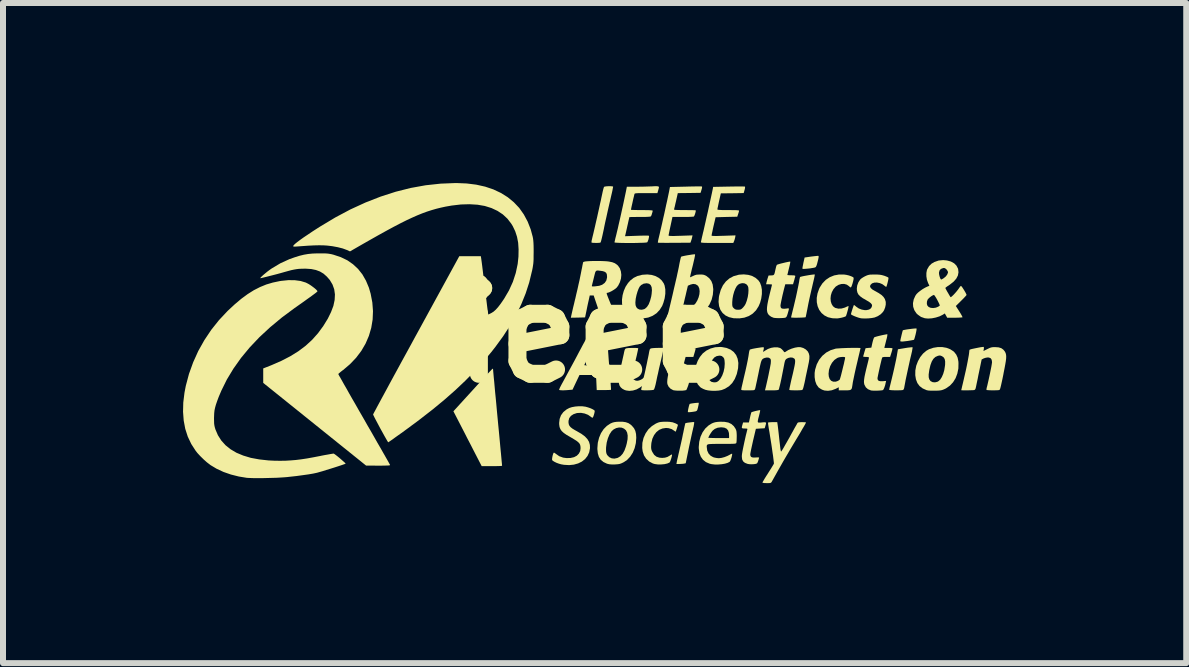
<source format=kicad_pcb>
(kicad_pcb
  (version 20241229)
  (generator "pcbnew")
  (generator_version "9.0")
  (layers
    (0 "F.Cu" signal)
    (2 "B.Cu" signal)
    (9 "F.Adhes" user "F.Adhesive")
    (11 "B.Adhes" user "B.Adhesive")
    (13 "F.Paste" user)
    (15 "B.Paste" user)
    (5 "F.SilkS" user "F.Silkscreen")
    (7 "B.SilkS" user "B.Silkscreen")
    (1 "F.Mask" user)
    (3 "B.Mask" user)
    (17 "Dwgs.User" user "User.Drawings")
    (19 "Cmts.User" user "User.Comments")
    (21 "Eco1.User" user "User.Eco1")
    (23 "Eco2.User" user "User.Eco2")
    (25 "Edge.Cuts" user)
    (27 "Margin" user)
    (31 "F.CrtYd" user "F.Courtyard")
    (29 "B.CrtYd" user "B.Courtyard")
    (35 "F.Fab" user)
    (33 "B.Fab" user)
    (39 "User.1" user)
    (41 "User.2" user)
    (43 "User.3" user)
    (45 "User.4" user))
  (footprint "ieee"
    (layer "F.Cu")
    (at 6.858 2.5)
    (property "Reference" "ieee" (at 0 0 0) (layer "F.SilkS") (effects (font (size 1.5 1.5) (thickness 0.3))))
    (attr board_only exclude_from_pos_files exclude_from_bom)
    (fp_poly (pts (xy 1.735 1.162) (xy 1.735 1.172) (xy 1.732 1.195) (xy 1.725 1.226) (xy 1.724 1.233) (xy 1.716 1.263) (xy 1.71 1.283) (xy 1.7 1.296) (xy 1.683 1.304) (xy 1.656 1.309) (xy 1.615 1.315) (xy 1.614 1.315) (xy 1.585 1.318) (xy 1.563 1.318) (xy 1.554 1.316) (xy 1.554 1.304) (xy 1.557 1.281) (xy 1.563 1.252) (xy 1.57 1.222) (xy 1.577 1.197) (xy 1.583 1.182) (xy 1.584 1.18) (xy 1.597 1.177) (xy 1.621 1.172) (xy 1.651 1.168) (xy 1.683 1.164) (xy 1.71 1.162) (xy 1.729 1.161)) (stroke (width 0) (type solid)) (fill yes) (layer "F.SilkS"))
    (fp_poly (pts (xy 3.729 -1.286) (xy 3.729 -1.286) (xy 3.733 -1.279) (xy 3.732 -1.261) (xy 3.726 -1.229) (xy 3.717 -1.193) (xy 3.706 -1.15) (xy 3.696 -1.121) (xy 3.687 -1.104) (xy 3.678 -1.096) (xy 3.676 -1.095) (xy 3.656 -1.089) (xy 3.626 -1.084) (xy 3.59 -1.078) (xy 3.551 -1.074) (xy 3.516 -1.071) (xy 3.486 -1.069) (xy 3.468 -1.07) (xy 3.463 -1.073) (xy 3.463 -1.085) (xy 3.467 -1.11) (xy 3.474 -1.144) (xy 3.479 -1.171) (xy 3.499 -1.259) (xy 3.609 -1.275) (xy 3.651 -1.28) (xy 3.688 -1.284) (xy 3.715 -1.287)) (stroke (width 0) (type solid)) (fill yes) (layer "F.SilkS"))
    (fp_poly (pts (xy 5.362 -0.077) (xy 5.364 -0.076) (xy 5.365 -0.066) (xy 5.362 -0.043) (xy 5.356 -0.011) (xy 5.348 0.024) (xy 5.339 0.058) (xy 5.331 0.087) (xy 5.324 0.106) (xy 5.321 0.112) (xy 5.308 0.115) (xy 5.283 0.12) (xy 5.249 0.126) (xy 5.212 0.132) (xy 5.175 0.136) (xy 5.143 0.14) (xy 5.122 0.141) (xy 5.122 0.141) (xy 5.102 0.139) (xy 5.093 0.135) (xy 5.093 0.134) (xy 5.095 0.12) (xy 5.1 0.094) (xy 5.108 0.061) (xy 5.116 0.026) (xy 5.124 -0.006) (xy 5.131 -0.032) (xy 5.135 -0.045) (xy 5.136 -0.046) (xy 5.147 -0.05) (xy 5.172 -0.055) (xy 5.205 -0.061) (xy 5.243 -0.066) (xy 5.282 -0.071) (xy 5.318 -0.075) (xy 5.346 -0.077)) (stroke (width 0) (type solid)) (fill yes) (layer "F.SilkS"))
    (fp_poly (pts (xy 1.659 1.484) (xy 1.659 1.494) (xy 1.656 1.518) (xy 1.65 1.553) (xy 1.64 1.594) (xy 1.638 1.604) (xy 1.628 1.646) (xy 1.616 1.701) (xy 1.602 1.765) (xy 1.587 1.834) (xy 1.572 1.904) (xy 1.564 1.944) (xy 1.518 2.169) (xy 1.492 2.175) (xy 1.469 2.178) (xy 1.437 2.18) (xy 1.415 2.181) (xy 1.363 2.182) (xy 1.368 2.153) (xy 1.371 2.136) (xy 1.378 2.104) (xy 1.388 2.062) (xy 1.399 2.013) (xy 1.409 1.97) (xy 1.424 1.904) (xy 1.441 1.829) (xy 1.458 1.753) (xy 1.472 1.682) (xy 1.477 1.661) (xy 1.487 1.611) (xy 1.496 1.568) (xy 1.504 1.533) (xy 1.509 1.511) (xy 1.511 1.503) (xy 1.522 1.499) (xy 1.546 1.494) (xy 1.576 1.49) (xy 1.607 1.486) (xy 1.635 1.483) (xy 1.654 1.483)) (stroke (width 0) (type solid)) (fill yes) (layer "F.SilkS"))
    (fp_poly (pts (xy 5.297 0.236) (xy 5.298 0.237) (xy 5.298 0.247) (xy 5.294 0.271) (xy 5.288 0.306) (xy 5.278 0.349) (xy 5.274 0.367) (xy 5.259 0.428) (xy 5.244 0.496) (xy 5.228 0.569) (xy 5.212 0.643) (xy 5.197 0.713) (xy 5.183 0.778) (xy 5.173 0.833) (xy 5.165 0.875) (xy 5.164 0.88) (xy 5.158 0.914) (xy 5.151 0.935) (xy 5.143 0.945) (xy 5.135 0.949) (xy 5.115 0.952) (xy 5.085 0.953) (xy 5.048 0.954) (xy 5.009 0.954) (xy 4.972 0.953) (xy 4.94 0.951) (xy 4.917 0.948) (xy 4.908 0.945) (xy 4.908 0.945) (xy 4.91 0.933) (xy 4.915 0.908) (xy 4.924 0.873) (xy 4.934 0.832) (xy 4.954 0.75) (xy 4.974 0.666) (xy 4.993 0.583) (xy 5.01 0.505) (xy 5.025 0.435) (xy 5.036 0.377) (xy 5.039 0.358) (xy 5.054 0.27) (xy 5.173 0.25) (xy 5.217 0.243) (xy 5.254 0.239) (xy 5.282 0.236)) (stroke (width 0) (type solid)) (fill yes) (layer "F.SilkS"))
    (fp_poly (pts (xy 3.669 -0.977) (xy 3.668 -0.967) (xy 3.664 -0.944) (xy 3.657 -0.909) (xy 3.647 -0.867) (xy 3.641 -0.842) (xy 3.612 -0.717) (xy 3.585 -0.599) (xy 3.562 -0.492) (xy 3.544 -0.397) (xy 3.539 -0.373) (xy 3.531 -0.332) (xy 3.524 -0.298) (xy 3.519 -0.274) (xy 3.516 -0.264) (xy 3.506 -0.262) (xy 3.483 -0.26) (xy 3.45 -0.258) (xy 3.412 -0.257) (xy 3.372 -0.256) (xy 3.335 -0.256) (xy 3.303 -0.257) (xy 3.281 -0.259) (xy 3.273 -0.261) (xy 3.275 -0.271) (xy 3.281 -0.295) (xy 3.289 -0.328) (xy 3.299 -0.369) (xy 3.299 -0.369) (xy 3.317 -0.441) (xy 3.335 -0.517) (xy 3.353 -0.593) (xy 3.369 -0.667) (xy 3.383 -0.734) (xy 3.395 -0.792) (xy 3.404 -0.838) (xy 3.407 -0.854) (xy 3.412 -0.889) (xy 3.418 -0.916) (xy 3.422 -0.932) (xy 3.423 -0.934) (xy 3.433 -0.938) (xy 3.456 -0.944) (xy 3.489 -0.951) (xy 3.528 -0.958) (xy 3.568 -0.965) (xy 3.606 -0.971) (xy 3.638 -0.975) (xy 3.661 -0.977)) (stroke (width 0) (type solid)) (fill yes) (layer "F.SilkS"))
    (fp_poly (pts (xy -1.693 0.598) (xy -1.692 0.607) (xy -1.691 0.618) (xy -1.689 0.646) (xy -1.685 0.688) (xy -1.68 0.745) (xy -1.673 0.813) (xy -1.666 0.893) (xy -1.658 0.983) (xy -1.648 1.081) (xy -1.638 1.187) (xy -1.628 1.299) (xy -1.617 1.414) (xy -1.606 1.531) (xy -1.595 1.642) (xy -1.585 1.747) (xy -1.576 1.845) (xy -1.568 1.933) (xy -1.56 2.012) (xy -1.554 2.079) (xy -1.549 2.134) (xy -1.545 2.175) (xy -1.543 2.201) (xy -1.542 2.211) (xy -1.542 2.211) (xy -1.55 2.213) (xy -1.573 2.215) (xy -1.609 2.216) (xy -1.654 2.217) (xy -1.706 2.217) (xy -1.712 2.217) (xy -1.882 2.217) (xy -1.997 1.994) (xy -2.034 1.922) (xy -2.076 1.84) (xy -2.122 1.752) (xy -2.166 1.665) (xy -2.208 1.584) (xy -2.232 1.537) (xy -2.353 1.303) (xy -2.031 0.95) (xy -1.97 0.883) (xy -1.913 0.82) (xy -1.86 0.763) (xy -1.812 0.712) (xy -1.772 0.668) (xy -1.74 0.634) (xy -1.716 0.609) (xy -1.703 0.596) (xy -1.7 0.593)) (stroke (width 0) (type solid)) (fill yes) (layer "F.SilkS"))
    (fp_poly (pts (xy 0.284 -2.446) (xy 0.303 -2.443) (xy 0.308 -2.441) (xy 0.307 -2.431) (xy 0.302 -2.406) (xy 0.295 -2.368) (xy 0.284 -2.32) (xy 0.271 -2.264) (xy 0.257 -2.202) (xy 0.255 -2.195) (xy 0.237 -2.117) (xy 0.217 -2.029) (xy 0.197 -1.937) (xy 0.177 -1.849) (xy 0.16 -1.768) (xy 0.154 -1.736) (xy 0.141 -1.676) (xy 0.129 -1.621) (xy 0.118 -1.575) (xy 0.109 -1.539) (xy 0.102 -1.516) (xy 0.098 -1.509) (xy 0.085 -1.505) (xy 0.06 -1.503) (xy 0.029 -1.502) (xy -0.003 -1.503) (xy -0.03 -1.504) (xy -0.048 -1.507) (xy -0.052 -1.509) (xy -0.052 -1.521) (xy -0.049 -1.544) (xy -0.044 -1.564) (xy -0.036 -1.599) (xy -0.024 -1.647) (xy -0.01 -1.707) (xy 0.006 -1.776) (xy 0.023 -1.851) (xy 0.041 -1.928) (xy 0.058 -2.006) (xy 0.075 -2.081) (xy 0.09 -2.151) (xy 0.104 -2.212) (xy 0.114 -2.262) (xy 0.115 -2.266) (xy 0.126 -2.317) (xy 0.136 -2.363) (xy 0.145 -2.4) (xy 0.153 -2.426) (xy 0.157 -2.436) (xy 0.169 -2.441) (xy 0.193 -2.445) (xy 0.224 -2.447) (xy 0.256 -2.448)) (stroke (width 0) (type solid)) (fill yes) (layer "F.SilkS"))
    (fp_poly (pts (xy 0.95 -0.969) (xy 1.016 -0.949) (xy 1.073 -0.918) (xy 1.119 -0.876) (xy 1.153 -0.826) (xy 1.166 -0.793) (xy 1.178 -0.728) (xy 1.178 -0.655) (xy 1.167 -0.579) (xy 1.146 -0.504) (xy 1.126 -0.453) (xy 1.084 -0.386) (xy 1.031 -0.33) (xy 0.967 -0.288) (xy 0.894 -0.259) (xy 0.813 -0.245) (xy 0.725 -0.246) (xy 0.711 -0.247) (xy 0.636 -0.263) (xy 0.574 -0.291) (xy 0.525 -0.33) (xy 0.496 -0.367) (xy 0.47 -0.423) (xy 0.457 -0.488) (xy 0.457 -0.509) (xy 0.679 -0.509) (xy 0.682 -0.465) (xy 0.695 -0.431) (xy 0.717 -0.407) (xy 0.748 -0.392) (xy 0.786 -0.389) (xy 0.824 -0.398) (xy 0.84 -0.406) (xy 0.872 -0.435) (xy 0.901 -0.479) (xy 0.924 -0.538) (xy 0.943 -0.609) (xy 0.95 -0.652) (xy 0.955 -0.715) (xy 0.95 -0.765) (xy 0.934 -0.8) (xy 0.907 -0.822) (xy 0.87 -0.83) (xy 0.864 -0.83) (xy 0.816 -0.823) (xy 0.776 -0.801) (xy 0.75 -0.773) (xy 0.732 -0.738) (xy 0.714 -0.69) (xy 0.698 -0.635) (xy 0.686 -0.579) (xy 0.684 -0.566) (xy 0.679 -0.509) (xy 0.457 -0.509) (xy 0.456 -0.558) (xy 0.466 -0.631) (xy 0.486 -0.703) (xy 0.516 -0.772) (xy 0.556 -0.833) (xy 0.593 -0.875) (xy 0.65 -0.92) (xy 0.714 -0.951) (xy 0.787 -0.97) (xy 0.801 -0.972) (xy 0.878 -0.977)) (stroke (width 0) (type solid)) (fill yes) (layer "F.SilkS"))
    (fp_poly (pts (xy 1.241 1.478) (xy 1.301 1.487) (xy 1.349 1.505) (xy 1.37 1.516) (xy 1.389 1.529) (xy 1.372 1.584) (xy 1.363 1.612) (xy 1.355 1.633) (xy 1.351 1.642) (xy 1.343 1.64) (xy 1.328 1.628) (xy 1.327 1.628) (xy 1.286 1.601) (xy 1.234 1.585) (xy 1.19 1.581) (xy 1.13 1.59) (xy 1.075 1.613) (xy 1.028 1.651) (xy 0.99 1.701) (xy 0.962 1.761) (xy 0.946 1.83) (xy 0.943 1.862) (xy 0.941 1.9) (xy 0.943 1.927) (xy 0.948 1.95) (xy 0.959 1.975) (xy 0.963 1.983) (xy 0.992 2.029) (xy 1.031 2.06) (xy 1.079 2.076) (xy 1.126 2.08) (xy 1.172 2.076) (xy 1.213 2.064) (xy 1.255 2.04) (xy 1.27 2.03) (xy 1.284 2.023) (xy 1.289 2.024) (xy 1.29 2.035) (xy 1.285 2.057) (xy 1.278 2.085) (xy 1.268 2.115) (xy 1.259 2.139) (xy 1.25 2.155) (xy 1.248 2.157) (xy 1.212 2.173) (xy 1.164 2.184) (xy 1.109 2.189) (xy 1.054 2.189) (xy 1.002 2.182) (xy 0.971 2.173) (xy 0.909 2.14) (xy 0.86 2.095) (xy 0.823 2.039) (xy 0.801 1.973) (xy 0.793 1.914) (xy 0.796 1.828) (xy 0.815 1.747) (xy 0.849 1.672) (xy 0.895 1.605) (xy 0.954 1.55) (xy 1.02 1.508) (xy 1.049 1.495) (xy 1.074 1.486) (xy 1.102 1.481) (xy 1.137 1.478) (xy 1.168 1.477)) (stroke (width 0) (type solid)) (fill yes) (layer "F.SilkS"))
    (fp_poly (pts (xy 2.122 0.233) (xy 2.2 0.248) (xy 2.266 0.276) (xy 2.318 0.315) (xy 2.358 0.366) (xy 2.383 0.427) (xy 2.395 0.498) (xy 2.391 0.578) (xy 2.39 0.588) (xy 2.369 0.682) (xy 2.336 0.764) (xy 2.293 0.832) (xy 2.239 0.886) (xy 2.173 0.927) (xy 2.117 0.949) (xy 2.068 0.958) (xy 2.009 0.962) (xy 1.947 0.961) (xy 1.889 0.955) (xy 1.846 0.945) (xy 1.811 0.931) (xy 1.777 0.913) (xy 1.76 0.901) (xy 1.721 0.857) (xy 1.693 0.803) (xy 1.677 0.741) (xy 1.674 0.711) (xy 1.895 0.711) (xy 1.902 0.758) (xy 1.92 0.792) (xy 1.948 0.813) (xy 1.988 0.821) (xy 1.994 0.821) (xy 2.024 0.819) (xy 2.047 0.809) (xy 2.068 0.793) (xy 2.1 0.755) (xy 2.127 0.705) (xy 2.149 0.644) (xy 2.163 0.579) (xy 2.168 0.513) (xy 2.167 0.485) (xy 2.164 0.451) (xy 2.159 0.428) (xy 2.15 0.411) (xy 2.14 0.4) (xy 2.119 0.383) (xy 2.095 0.377) (xy 2.077 0.376) (xy 2.033 0.384) (xy 1.995 0.406) (xy 1.964 0.443) (xy 1.937 0.496) (xy 1.915 0.565) (xy 1.913 0.575) (xy 1.899 0.65) (xy 1.895 0.711) (xy 1.674 0.711) (xy 1.671 0.673) (xy 1.676 0.602) (xy 1.692 0.531) (xy 1.718 0.462) (xy 1.754 0.398) (xy 1.8 0.341) (xy 1.803 0.338) (xy 1.863 0.291) (xy 1.932 0.257) (xy 2.009 0.236) (xy 2.091 0.231)) (stroke (width 0) (type solid)) (fill yes) (layer "F.SilkS"))
    (fp_poly (pts (xy 4.152 -0.976) (xy 4.195 -0.97) (xy 4.237 -0.96) (xy 4.274 -0.947) (xy 4.302 -0.934) (xy 4.314 -0.925) (xy 4.316 -0.912) (xy 4.313 -0.888) (xy 4.306 -0.858) (xy 4.297 -0.825) (xy 4.287 -0.795) (xy 4.278 -0.772) (xy 4.269 -0.76) (xy 4.268 -0.76) (xy 4.256 -0.766) (xy 4.239 -0.78) (xy 4.238 -0.782) (xy 4.202 -0.807) (xy 4.159 -0.819) (xy 4.112 -0.818) (xy 4.065 -0.804) (xy 4.021 -0.777) (xy 4.014 -0.771) (xy 3.979 -0.73) (xy 3.953 -0.682) (xy 3.937 -0.631) (xy 3.931 -0.579) (xy 3.935 -0.529) (xy 3.949 -0.484) (xy 3.972 -0.447) (xy 4.006 -0.421) (xy 4.012 -0.419) (xy 4.061 -0.407) (xy 4.114 -0.409) (xy 4.167 -0.424) (xy 4.181 -0.43) (xy 4.206 -0.442) (xy 4.225 -0.449) (xy 4.232 -0.449) (xy 4.231 -0.44) (xy 4.227 -0.418) (xy 4.22 -0.388) (xy 4.211 -0.356) (xy 4.202 -0.324) (xy 4.194 -0.299) (xy 4.188 -0.284) (xy 4.188 -0.283) (xy 4.176 -0.275) (xy 4.151 -0.266) (xy 4.118 -0.257) (xy 4.083 -0.25) (xy 4.051 -0.245) (xy 4.019 -0.245) (xy 3.98 -0.246) (xy 3.957 -0.248) (xy 3.888 -0.264) (xy 3.829 -0.294) (xy 3.78 -0.335) (xy 3.742 -0.387) (xy 3.716 -0.447) (xy 3.702 -0.514) (xy 3.701 -0.586) (xy 3.714 -0.661) (xy 3.741 -0.738) (xy 3.751 -0.759) (xy 3.796 -0.829) (xy 3.852 -0.887) (xy 3.918 -0.931) (xy 3.992 -0.961) (xy 4.073 -0.976)) (stroke (width 0) (type solid)) (fill yes) (layer "F.SilkS"))
    (fp_poly (pts (xy 2.561 -0.97) (xy 2.628 -0.95) (xy 2.685 -0.918) (xy 2.732 -0.875) (xy 2.756 -0.839) (xy 2.776 -0.785) (xy 2.787 -0.722) (xy 2.787 -0.651) (xy 2.777 -0.578) (xy 2.758 -0.507) (xy 2.733 -0.448) (xy 2.69 -0.38) (xy 2.635 -0.325) (xy 2.57 -0.284) (xy 2.495 -0.257) (xy 2.412 -0.245) (xy 2.321 -0.247) (xy 2.313 -0.248) (xy 2.24 -0.265) (xy 2.18 -0.294) (xy 2.132 -0.335) (xy 2.096 -0.387) (xy 2.074 -0.449) (xy 2.067 -0.506) (xy 2.293 -0.506) (xy 2.293 -0.471) (xy 2.296 -0.449) (xy 2.302 -0.433) (xy 2.314 -0.419) (xy 2.318 -0.415) (xy 2.337 -0.399) (xy 2.357 -0.391) (xy 2.386 -0.389) (xy 2.391 -0.389) (xy 2.418 -0.39) (xy 2.436 -0.395) (xy 2.454 -0.407) (xy 2.475 -0.428) (xy 2.497 -0.455) (xy 2.515 -0.485) (xy 2.53 -0.524) (xy 2.536 -0.541) (xy 2.552 -0.602) (xy 2.561 -0.661) (xy 2.564 -0.714) (xy 2.561 -0.759) (xy 2.552 -0.786) (xy 2.528 -0.814) (xy 2.496 -0.829) (xy 2.457 -0.832) (xy 2.418 -0.822) (xy 2.391 -0.806) (xy 2.367 -0.78) (xy 2.345 -0.74) (xy 2.325 -0.69) (xy 2.309 -0.633) (xy 2.298 -0.574) (xy 2.293 -0.516) (xy 2.293 -0.506) (xy 2.067 -0.506) (xy 2.065 -0.521) (xy 2.071 -0.602) (xy 2.076 -0.628) (xy 2.101 -0.718) (xy 2.138 -0.796) (xy 2.187 -0.86) (xy 2.246 -0.911) (xy 2.315 -0.948) (xy 2.394 -0.97) (xy 2.407 -0.973) (xy 2.486 -0.978)) (stroke (width 0) (type solid)) (fill yes) (layer "F.SilkS"))
    (fp_poly (pts (xy 5.792 0.233) (xy 5.862 0.245) (xy 5.925 0.269) (xy 5.979 0.304) (xy 5.992 0.316) (xy 6.026 0.359) (xy 6.049 0.41) (xy 6.061 0.471) (xy 6.063 0.501) (xy 6.061 0.59) (xy 6.044 0.674) (xy 6.015 0.751) (xy 5.973 0.819) (xy 5.92 0.876) (xy 5.857 0.92) (xy 5.838 0.93) (xy 5.81 0.942) (xy 5.787 0.95) (xy 5.763 0.955) (xy 5.732 0.958) (xy 5.691 0.96) (xy 5.672 0.96) (xy 5.607 0.96) (xy 5.559 0.957) (xy 5.531 0.951) (xy 5.466 0.922) (xy 5.415 0.883) (xy 5.378 0.833) (xy 5.354 0.771) (xy 5.343 0.703) (xy 5.343 0.691) (xy 5.566 0.691) (xy 5.567 0.737) (xy 5.577 0.772) (xy 5.596 0.798) (xy 5.603 0.803) (xy 5.634 0.818) (xy 5.672 0.821) (xy 5.71 0.812) (xy 5.726 0.804) (xy 5.757 0.777) (xy 5.784 0.735) (xy 5.808 0.681) (xy 5.826 0.619) (xy 5.837 0.55) (xy 5.84 0.527) (xy 5.841 0.475) (xy 5.834 0.436) (xy 5.819 0.408) (xy 5.794 0.389) (xy 5.788 0.385) (xy 5.763 0.375) (xy 5.742 0.374) (xy 5.718 0.38) (xy 5.678 0.398) (xy 5.645 0.429) (xy 5.618 0.473) (xy 5.596 0.532) (xy 5.578 0.607) (xy 5.574 0.631) (xy 5.566 0.691) (xy 5.343 0.691) (xy 5.344 0.623) (xy 5.359 0.544) (xy 5.387 0.47) (xy 5.425 0.401) (xy 5.472 0.342) (xy 5.527 0.295) (xy 5.572 0.269) (xy 5.644 0.245) (xy 5.718 0.233)) (stroke (width 0) (type solid)) (fill yes) (layer "F.SilkS"))
    (fp_poly (pts (xy 0.465 1.477) (xy 0.519 1.485) (xy 0.564 1.501) (xy 0.604 1.528) (xy 0.622 1.545) (xy 0.656 1.585) (xy 0.678 1.629) (xy 0.69 1.681) (xy 0.694 1.744) (xy 0.687 1.833) (xy 0.667 1.917) (xy 0.635 1.994) (xy 0.592 2.06) (xy 0.54 2.115) (xy 0.479 2.155) (xy 0.475 2.157) (xy 0.444 2.171) (xy 0.418 2.18) (xy 0.389 2.185) (xy 0.352 2.188) (xy 0.332 2.189) (xy 0.283 2.189) (xy 0.246 2.186) (xy 0.215 2.179) (xy 0.203 2.175) (xy 0.146 2.148) (xy 0.102 2.111) (xy 0.071 2.063) (xy 0.053 2.003) (xy 0.046 1.935) (xy 0.19 1.935) (xy 0.191 1.973) (xy 0.195 2) (xy 0.203 2.02) (xy 0.21 2.033) (xy 0.243 2.067) (xy 0.284 2.087) (xy 0.33 2.092) (xy 0.379 2.081) (xy 0.389 2.077) (xy 0.431 2.051) (xy 0.467 2.011) (xy 0.497 1.958) (xy 0.522 1.889) (xy 0.535 1.842) (xy 0.549 1.769) (xy 0.551 1.708) (xy 0.542 1.659) (xy 0.522 1.62) (xy 0.491 1.593) (xy 0.452 1.576) (xy 0.407 1.573) (xy 0.36 1.583) (xy 0.317 1.605) (xy 0.284 1.634) (xy 0.249 1.687) (xy 0.221 1.753) (xy 0.201 1.826) (xy 0.191 1.903) (xy 0.19 1.935) (xy 0.046 1.935) (xy 0.046 1.93) (xy 0.046 1.917) (xy 0.053 1.828) (xy 0.074 1.744) (xy 0.106 1.668) (xy 0.15 1.601) (xy 0.203 1.547) (xy 0.265 1.506) (xy 0.268 1.505) (xy 0.298 1.492) (xy 0.328 1.484) (xy 0.364 1.479) (xy 0.398 1.477)) (stroke (width 0) (type solid)) (fill yes) (layer "F.SilkS"))
    (fp_poly (pts (xy 2.46 -2.443) (xy 2.49 -2.442) (xy 2.505 -2.441) (xy 2.506 -2.44) (xy 2.507 -2.429) (xy 2.504 -2.406) (xy 2.498 -2.383) (xy 2.484 -2.333) (xy 2.294 -2.33) (xy 2.103 -2.328) (xy 2.074 -2.2) (xy 2.064 -2.154) (xy 2.056 -2.114) (xy 2.049 -2.083) (xy 2.046 -2.064) (xy 2.045 -2.061) (xy 2.05 -2.057) (xy 2.063 -2.054) (xy 2.087 -2.052) (xy 2.125 -2.05) (xy 2.177 -2.05) (xy 2.226 -2.05) (xy 2.29 -2.049) (xy 2.338 -2.049) (xy 2.372 -2.047) (xy 2.394 -2.045) (xy 2.405 -2.042) (xy 2.407 -2.039) (xy 2.404 -2.024) (xy 2.397 -2) (xy 2.391 -1.983) (xy 2.377 -1.939) (xy 2.196 -1.935) (xy 2.016 -1.93) (xy 1.982 -1.785) (xy 1.971 -1.736) (xy 1.962 -1.692) (xy 1.954 -1.657) (xy 1.95 -1.634) (xy 1.948 -1.627) (xy 1.951 -1.623) (xy 1.96 -1.62) (xy 1.977 -1.619) (xy 2.005 -1.618) (xy 2.045 -1.618) (xy 2.1 -1.62) (xy 2.148 -1.621) (xy 2.348 -1.628) (xy 2.342 -1.594) (xy 2.334 -1.562) (xy 2.324 -1.532) (xy 2.323 -1.531) (xy 2.311 -1.502) (xy 2.041 -1.502) (xy 1.963 -1.502) (xy 1.901 -1.502) (xy 1.854 -1.503) (xy 1.819 -1.504) (xy 1.795 -1.506) (xy 1.78 -1.508) (xy 1.773 -1.511) (xy 1.771 -1.514) (xy 1.773 -1.526) (xy 1.779 -1.552) (xy 1.787 -1.59) (xy 1.798 -1.636) (xy 1.81 -1.688) (xy 1.811 -1.689) (xy 1.821 -1.733) (xy 1.834 -1.791) (xy 1.85 -1.86) (xy 1.867 -1.938) (xy 1.886 -2.019) (xy 1.904 -2.103) (xy 1.922 -2.185) (xy 1.939 -2.262) (xy 1.954 -2.331) (xy 1.966 -2.389) (xy 1.971 -2.413) (xy 1.975 -2.436) (xy 2.238 -2.441) (xy 2.304 -2.442) (xy 2.365 -2.443) (xy 2.417 -2.443)) (stroke (width 0) (type solid)) (fill yes) (layer "F.SilkS"))
    (fp_poly (pts (xy 2.758 1.284) (xy 2.758 1.294) (xy 2.754 1.317) (xy 2.746 1.35) (xy 2.74 1.376) (xy 2.727 1.424) (xy 2.72 1.457) (xy 2.718 1.478) (xy 2.724 1.489) (xy 2.738 1.492) (xy 2.761 1.492) (xy 2.787 1.489) (xy 2.824 1.486) (xy 2.846 1.487) (xy 2.856 1.494) (xy 2.856 1.51) (xy 2.848 1.538) (xy 2.846 1.546) (xy 2.834 1.586) (xy 2.761 1.59) (xy 2.687 1.595) (xy 2.64 1.793) (xy 2.627 1.852) (xy 2.615 1.906) (xy 2.605 1.953) (xy 2.598 1.99) (xy 2.594 2.014) (xy 2.593 2.02) (xy 2.597 2.048) (xy 2.61 2.065) (xy 2.634 2.073) (xy 2.672 2.074) (xy 2.684 2.073) (xy 2.716 2.071) (xy 2.734 2.072) (xy 2.741 2.076) (xy 2.74 2.08) (xy 2.735 2.097) (xy 2.728 2.121) (xy 2.726 2.128) (xy 2.717 2.152) (xy 2.708 2.169) (xy 2.706 2.171) (xy 2.687 2.179) (xy 2.656 2.184) (xy 2.619 2.186) (xy 2.582 2.185) (xy 2.55 2.18) (xy 2.547 2.179) (xy 2.504 2.162) (xy 2.475 2.138) (xy 2.458 2.105) (xy 2.453 2.059) (xy 2.454 2.033) (xy 2.457 2.01) (xy 2.463 1.974) (xy 2.472 1.927) (xy 2.483 1.874) (xy 2.495 1.817) (xy 2.508 1.759) (xy 2.52 1.705) (xy 2.532 1.658) (xy 2.541 1.62) (xy 2.545 1.606) (xy 2.546 1.597) (xy 2.538 1.592) (xy 2.518 1.59) (xy 2.501 1.59) (xy 2.473 1.589) (xy 2.457 1.584) (xy 2.452 1.572) (xy 2.457 1.548) (xy 2.464 1.524) (xy 2.474 1.489) (xy 2.523 1.489) (xy 2.571 1.489) (xy 2.589 1.408) (xy 2.597 1.372) (xy 2.605 1.343) (xy 2.61 1.324) (xy 2.612 1.321) (xy 2.623 1.315) (xy 2.646 1.308) (xy 2.675 1.3) (xy 2.706 1.293) (xy 2.734 1.287) (xy 2.753 1.284)) (stroke (width 0) (type solid)) (fill yes) (layer "F.SilkS"))
    (fp_poly (pts (xy 4.396 0.247) (xy 4.42 0.248) (xy 4.431 0.25) (xy 4.431 0.251) (xy 4.429 0.26) (xy 4.423 0.284) (xy 4.415 0.32) (xy 4.404 0.366) (xy 4.391 0.42) (xy 4.383 0.456) (xy 4.356 0.57) (xy 4.334 0.668) (xy 4.317 0.75) (xy 4.303 0.817) (xy 4.295 0.871) (xy 4.293 0.882) (xy 4.288 0.911) (xy 4.281 0.931) (xy 4.268 0.944) (xy 4.246 0.951) (xy 4.213 0.954) (xy 4.166 0.954) (xy 4.165 0.954) (xy 4.068 0.954) (xy 4.068 0.928) (xy 4.068 0.903) (xy 4.014 0.93) (xy 3.952 0.953) (xy 3.889 0.962) (xy 3.83 0.957) (xy 3.79 0.943) (xy 3.761 0.926) (xy 3.736 0.909) (xy 3.727 0.9) (xy 3.696 0.855) (xy 3.676 0.799) (xy 3.666 0.734) (xy 3.666 0.678) (xy 3.898 0.678) (xy 3.902 0.723) (xy 3.917 0.766) (xy 3.942 0.795) (xy 3.976 0.81) (xy 4.017 0.81) (xy 4.044 0.801) (xy 4.067 0.789) (xy 4.083 0.777) (xy 4.084 0.776) (xy 4.088 0.765) (xy 4.096 0.739) (xy 4.106 0.703) (xy 4.117 0.659) (xy 4.129 0.611) (xy 4.141 0.561) (xy 4.153 0.514) (xy 4.162 0.471) (xy 4.17 0.437) (xy 4.174 0.414) (xy 4.174 0.407) (xy 4.167 0.4) (xy 4.146 0.397) (xy 4.119 0.398) (xy 4.088 0.401) (xy 4.06 0.408) (xy 4.043 0.415) (xy 3.995 0.448) (xy 3.955 0.495) (xy 3.925 0.551) (xy 3.905 0.614) (xy 3.898 0.678) (xy 3.666 0.678) (xy 3.666 0.664) (xy 3.674 0.61) (xy 3.701 0.522) (xy 3.741 0.445) (xy 3.794 0.379) (xy 3.858 0.325) (xy 3.933 0.285) (xy 4.014 0.26) (xy 4.035 0.257) (xy 4.069 0.255) (xy 4.111 0.252) (xy 4.16 0.25) (xy 4.212 0.248) (xy 4.265 0.247) (xy 4.315 0.246) (xy 4.359 0.246)) (stroke (width 0) (type solid)) (fill yes) (layer "F.SilkS"))
    (fp_poly (pts (xy 0.223 0.283) (xy 0.229 0.363) (xy 0.235 0.448) (xy 0.242 0.535) (xy 0.249 0.618) (xy 0.255 0.692) (xy 0.26 0.746) (xy 0.265 0.803) (xy 0.268 0.854) (xy 0.271 0.896) (xy 0.273 0.926) (xy 0.273 0.943) (xy 0.273 0.945) (xy 0.262 0.947) (xy 0.238 0.948) (xy 0.203 0.949) (xy 0.161 0.95) (xy 0.152 0.95) (xy 0.035 0.95) (xy 0.03 0.835) (xy 0.028 0.791) (xy 0.026 0.753) (xy 0.024 0.725) (xy 0.023 0.71) (xy 0.023 0.709) (xy 0.018 0.705) (xy 0.003 0.701) (xy -0.025 0.699) (xy -0.067 0.698) (xy -0.115 0.698) (xy -0.252 0.698) (xy -0.31 0.82) (xy -0.368 0.943) (xy -0.427 0.948) (xy -0.478 0.952) (xy -0.523 0.954) (xy -0.559 0.953) (xy -0.583 0.95) (xy -0.592 0.946) (xy -0.589 0.936) (xy -0.58 0.913) (xy -0.564 0.881) (xy -0.544 0.843) (xy -0.536 0.829) (xy -0.517 0.794) (xy -0.491 0.746) (xy -0.46 0.689) (xy -0.425 0.624) (xy -0.388 0.556) (xy -0.376 0.534) (xy -0.172 0.534) (xy -0.164 0.536) (xy -0.142 0.538) (xy -0.109 0.539) (xy -0.076 0.539) (xy 0.021 0.539) (xy 0.016 0.36) (xy 0.014 0.306) (xy 0.013 0.258) (xy 0.011 0.219) (xy 0.009 0.191) (xy 0.008 0.179) (xy 0.008 0.178) (xy 0.004 0.185) (xy -0.007 0.204) (xy -0.023 0.235) (xy -0.043 0.273) (xy -0.065 0.316) (xy -0.088 0.361) (xy -0.111 0.407) (xy -0.132 0.449) (xy -0.15 0.485) (xy -0.163 0.513) (xy -0.171 0.531) (xy -0.172 0.534) (xy -0.376 0.534) (xy -0.35 0.486) (xy -0.331 0.451) (xy -0.295 0.383) (xy -0.26 0.316) (xy -0.226 0.253) (xy -0.196 0.196) (xy -0.17 0.149) (xy -0.15 0.112) (xy -0.142 0.097) (xy -0.097 0.013) (xy 0.053 0.013) (xy 0.203 0.013)) (stroke (width 0) (type solid)) (fill yes) (layer "F.SilkS"))
    (fp_poly (pts (xy 3.047 1.513) (xy 3.05 1.531) (xy 3.054 1.563) (xy 3.059 1.606) (xy 3.065 1.656) (xy 3.071 1.71) (xy 3.079 1.785) (xy 3.086 1.844) (xy 3.091 1.89) (xy 3.095 1.924) (xy 3.099 1.947) (xy 3.102 1.962) (xy 3.104 1.97) (xy 3.107 1.973) (xy 3.109 1.973) (xy 3.115 1.965) (xy 3.129 1.944) (xy 3.149 1.911) (xy 3.173 1.868) (xy 3.202 1.818) (xy 3.234 1.761) (xy 3.244 1.744) (xy 3.276 1.685) (xy 3.306 1.631) (xy 3.332 1.583) (xy 3.354 1.545) (xy 3.37 1.517) (xy 3.378 1.501) (xy 3.379 1.5) (xy 3.388 1.491) (xy 3.403 1.487) (xy 3.43 1.485) (xy 3.453 1.484) (xy 3.485 1.485) (xy 3.51 1.486) (xy 3.522 1.489) (xy 3.523 1.489) (xy 3.519 1.497) (xy 3.508 1.519) (xy 3.489 1.553) (xy 3.463 1.596) (xy 3.433 1.649) (xy 3.398 1.708) (xy 3.359 1.772) (xy 3.35 1.787) (xy 3.246 1.961) (xy 3.145 2.134) (xy 3.05 2.301) (xy 2.962 2.458) (xy 2.952 2.476) (xy 2.944 2.488) (xy 2.935 2.495) (xy 2.92 2.499) (xy 2.894 2.5) (xy 2.867 2.5) (xy 2.827 2.499) (xy 2.803 2.495) (xy 2.796 2.49) (xy 2.801 2.48) (xy 2.814 2.458) (xy 2.833 2.425) (xy 2.858 2.385) (xy 2.887 2.34) (xy 2.89 2.335) (xy 2.919 2.289) (xy 2.945 2.248) (xy 2.966 2.213) (xy 2.981 2.188) (xy 2.987 2.175) (xy 2.988 2.175) (xy 2.987 2.163) (xy 2.984 2.135) (xy 2.979 2.095) (xy 2.973 2.045) (xy 2.964 1.986) (xy 2.955 1.921) (xy 2.945 1.853) (xy 2.934 1.784) (xy 2.923 1.716) (xy 2.913 1.651) (xy 2.903 1.595) (xy 2.897 1.555) (xy 2.892 1.522) (xy 2.89 1.499) (xy 2.89 1.491) (xy 2.9 1.488) (xy 2.924 1.486) (xy 2.956 1.484) (xy 2.969 1.484) (xy 3.043 1.484)) (stroke (width 0) (type solid)) (fill yes) (layer "F.SilkS"))
    (fp_poly (pts (xy 1.769 -2.444) (xy 1.785 -2.443) (xy 1.786 -2.443) (xy 1.791 -2.436) (xy 1.789 -2.417) (xy 1.781 -2.388) (xy 1.766 -2.337) (xy 1.576 -2.334) (xy 1.386 -2.332) (xy 1.357 -2.202) (xy 1.346 -2.156) (xy 1.337 -2.115) (xy 1.329 -2.084) (xy 1.324 -2.065) (xy 1.323 -2.061) (xy 1.325 -2.057) (xy 1.335 -2.054) (xy 1.355 -2.052) (xy 1.387 -2.051) (xy 1.433 -2.05) (xy 1.495 -2.05) (xy 1.499 -2.05) (xy 1.554 -2.049) (xy 1.603 -2.049) (xy 1.642 -2.048) (xy 1.67 -2.047) (xy 1.684 -2.045) (xy 1.685 -2.045) (xy 1.686 -2.034) (xy 1.681 -2.012) (xy 1.674 -1.987) (xy 1.665 -1.962) (xy 1.656 -1.945) (xy 1.653 -1.942) (xy 1.642 -1.94) (xy 1.615 -1.938) (xy 1.577 -1.936) (xy 1.53 -1.935) (xy 1.476 -1.935) (xy 1.47 -1.935) (xy 1.297 -1.935) (xy 1.265 -1.787) (xy 1.254 -1.737) (xy 1.245 -1.694) (xy 1.238 -1.658) (xy 1.233 -1.635) (xy 1.232 -1.627) (xy 1.235 -1.623) (xy 1.244 -1.62) (xy 1.262 -1.619) (xy 1.29 -1.618) (xy 1.33 -1.618) (xy 1.385 -1.62) (xy 1.432 -1.621) (xy 1.632 -1.628) (xy 1.625 -1.598) (xy 1.618 -1.568) (xy 1.608 -1.538) (xy 1.608 -1.538) (xy 1.597 -1.506) (xy 1.328 -1.504) (xy 1.261 -1.504) (xy 1.2 -1.503) (xy 1.146 -1.504) (xy 1.103 -1.504) (xy 1.072 -1.505) (xy 1.056 -1.506) (xy 1.054 -1.506) (xy 1.054 -1.516) (xy 1.058 -1.54) (xy 1.065 -1.573) (xy 1.075 -1.614) (xy 1.075 -1.615) (xy 1.084 -1.651) (xy 1.095 -1.701) (xy 1.109 -1.761) (xy 1.125 -1.83) (xy 1.141 -1.904) (xy 1.159 -1.981) (xy 1.176 -2.059) (xy 1.192 -2.134) (xy 1.208 -2.204) (xy 1.221 -2.266) (xy 1.232 -2.318) (xy 1.24 -2.356) (xy 1.243 -2.372) (xy 1.255 -2.434) (xy 1.515 -2.44) (xy 1.582 -2.442) (xy 1.643 -2.443) (xy 1.696 -2.444) (xy 1.739 -2.444)) (stroke (width 0) (type solid)) (fill yes) (layer "F.SilkS"))
    (fp_poly (pts (xy 4.878 0.02) (xy 4.878 0.031) (xy 4.875 0.054) (xy 4.868 0.087) (xy 4.861 0.112) (xy 4.851 0.152) (xy 4.842 0.188) (xy 4.835 0.214) (xy 4.833 0.223) (xy 4.828 0.247) (xy 4.894 0.247) (xy 4.926 0.248) (xy 4.95 0.25) (xy 4.963 0.253) (xy 4.963 0.254) (xy 4.962 0.265) (xy 4.957 0.288) (xy 4.948 0.319) (xy 4.945 0.329) (xy 4.923 0.398) (xy 4.859 0.398) (xy 4.824 0.398) (xy 4.804 0.401) (xy 4.793 0.406) (xy 4.79 0.413) (xy 4.782 0.44) (xy 4.773 0.478) (xy 4.762 0.523) (xy 4.751 0.572) (xy 4.74 0.621) (xy 4.73 0.667) (xy 4.722 0.706) (xy 4.716 0.736) (xy 4.713 0.752) (xy 4.713 0.753) (xy 4.718 0.779) (xy 4.733 0.795) (xy 4.761 0.802) (xy 4.8 0.802) (xy 4.857 0.797) (xy 4.851 0.823) (xy 4.841 0.868) (xy 4.828 0.907) (xy 4.816 0.935) (xy 4.805 0.949) (xy 4.804 0.95) (xy 4.785 0.954) (xy 4.754 0.957) (xy 4.716 0.959) (xy 4.676 0.96) (xy 4.64 0.959) (xy 4.612 0.957) (xy 4.603 0.955) (xy 4.554 0.935) (xy 4.519 0.904) (xy 4.496 0.861) (xy 4.493 0.851) (xy 4.489 0.829) (xy 4.488 0.803) (xy 4.491 0.77) (xy 4.497 0.729) (xy 4.508 0.677) (xy 4.523 0.612) (xy 4.537 0.555) (xy 4.549 0.507) (xy 4.559 0.466) (xy 4.567 0.433) (xy 4.571 0.412) (xy 4.572 0.407) (xy 4.564 0.402) (xy 4.543 0.398) (xy 4.523 0.398) (xy 4.497 0.396) (xy 4.479 0.394) (xy 4.475 0.391) (xy 4.477 0.38) (xy 4.484 0.357) (xy 4.493 0.325) (xy 4.495 0.318) (xy 4.515 0.252) (xy 4.563 0.247) (xy 4.611 0.243) (xy 4.629 0.16) (xy 4.639 0.121) (xy 4.649 0.091) (xy 4.658 0.073) (xy 4.661 0.07) (xy 4.677 0.064) (xy 4.704 0.056) (xy 4.739 0.047) (xy 4.777 0.038) (xy 4.814 0.03) (xy 4.846 0.024) (xy 4.868 0.02)) (stroke (width 0) (type solid)) (fill yes) (layer "F.SilkS"))
    (fp_poly (pts (xy -0.203 1.22) (xy -0.15 1.227) (xy -0.147 1.228) (xy -0.111 1.238) (xy -0.073 1.251) (xy -0.039 1.266) (xy -0.013 1.281) (xy 0.001 1.293) (xy 0.001 1.295) (xy 0.001 1.309) (xy -0.004 1.334) (xy -0.012 1.363) (xy -0.021 1.389) (xy -0.03 1.407) (xy -0.032 1.409) (xy -0.043 1.409) (xy -0.061 1.397) (xy -0.064 1.394) (xy -0.11 1.362) (xy -0.167 1.34) (xy -0.228 1.329) (xy -0.288 1.332) (xy -0.297 1.333) (xy -0.353 1.352) (xy -0.395 1.38) (xy -0.423 1.417) (xy -0.435 1.463) (xy -0.435 1.495) (xy -0.43 1.522) (xy -0.419 1.546) (xy -0.4 1.568) (xy -0.371 1.591) (xy -0.33 1.616) (xy -0.294 1.636) (xy -0.22 1.679) (xy -0.162 1.722) (xy -0.12 1.767) (xy -0.093 1.813) (xy -0.079 1.864) (xy -0.077 1.917) (xy -0.09 1.986) (xy -0.118 2.047) (xy -0.159 2.099) (xy -0.212 2.141) (xy -0.275 2.172) (xy -0.346 2.192) (xy -0.425 2.2) (xy -0.51 2.195) (xy -0.557 2.187) (xy -0.596 2.176) (xy -0.634 2.162) (xy -0.669 2.145) (xy -0.695 2.129) (xy -0.708 2.116) (xy -0.708 2.115) (xy -0.709 2.099) (xy -0.706 2.073) (xy -0.7 2.043) (xy -0.692 2.015) (xy -0.684 1.996) (xy -0.684 1.996) (xy -0.676 1.992) (xy -0.66 2.001) (xy -0.644 2.014) (xy -0.589 2.052) (xy -0.525 2.075) (xy -0.468 2.083) (xy -0.401 2.081) (xy -0.343 2.068) (xy -0.296 2.043) (xy -0.262 2.008) (xy -0.24 1.965) (xy -0.234 1.918) (xy -0.236 1.888) (xy -0.241 1.863) (xy -0.252 1.841) (xy -0.271 1.82) (xy -0.299 1.797) (xy -0.339 1.772) (xy -0.392 1.74) (xy -0.406 1.732) (xy -0.468 1.696) (xy -0.514 1.664) (xy -0.548 1.633) (xy -0.57 1.601) (xy -0.584 1.566) (xy -0.59 1.526) (xy -0.591 1.497) (xy -0.583 1.43) (xy -0.56 1.369) (xy -0.521 1.316) (xy -0.467 1.272) (xy -0.422 1.248) (xy -0.378 1.234) (xy -0.323 1.224) (xy -0.263 1.219)) (stroke (width 0) (type solid)) (fill yes) (layer "F.SilkS"))
    (fp_poly (pts (xy 4.715 -0.975) (xy 4.754 -0.972) (xy 4.788 -0.966) (xy 4.823 -0.956) (xy 4.827 -0.955) (xy 4.858 -0.943) (xy 4.883 -0.932) (xy 4.896 -0.923) (xy 4.896 -0.922) (xy 4.896 -0.909) (xy 4.892 -0.884) (xy 4.885 -0.853) (xy 4.877 -0.821) (xy 4.869 -0.793) (xy 4.862 -0.774) (xy 4.859 -0.77) (xy 4.851 -0.773) (xy 4.835 -0.784) (xy 4.83 -0.789) (xy 4.794 -0.815) (xy 4.751 -0.833) (xy 4.705 -0.842) (xy 4.662 -0.841) (xy 4.627 -0.83) (xy 4.619 -0.825) (xy 4.595 -0.801) (xy 4.589 -0.776) (xy 4.601 -0.751) (xy 4.63 -0.725) (xy 4.672 -0.701) (xy 4.733 -0.667) (xy 4.78 -0.635) (xy 4.813 -0.603) (xy 4.836 -0.568) (xy 4.849 -0.528) (xy 4.851 -0.515) (xy 4.851 -0.474) (xy 4.841 -0.427) (xy 4.823 -0.381) (xy 4.806 -0.354) (xy 4.769 -0.315) (xy 4.719 -0.282) (xy 4.666 -0.26) (xy 4.619 -0.251) (xy 4.563 -0.245) (xy 4.505 -0.243) (xy 4.452 -0.245) (xy 4.431 -0.248) (xy 4.403 -0.255) (xy 4.37 -0.266) (xy 4.336 -0.279) (xy 4.306 -0.292) (xy 4.283 -0.304) (xy 4.272 -0.313) (xy 4.272 -0.315) (xy 4.274 -0.328) (xy 4.281 -0.352) (xy 4.29 -0.382) (xy 4.3 -0.413) (xy 4.31 -0.441) (xy 4.317 -0.461) (xy 4.322 -0.468) (xy 4.331 -0.463) (xy 4.348 -0.449) (xy 4.361 -0.438) (xy 4.402 -0.41) (xy 4.452 -0.391) (xy 4.503 -0.382) (xy 4.533 -0.383) (xy 4.573 -0.392) (xy 4.6 -0.409) (xy 4.617 -0.434) (xy 4.617 -0.436) (xy 4.623 -0.458) (xy 4.618 -0.479) (xy 4.601 -0.499) (xy 4.571 -0.522) (xy 4.526 -0.548) (xy 4.523 -0.55) (xy 4.467 -0.582) (xy 4.426 -0.612) (xy 4.397 -0.641) (xy 4.38 -0.672) (xy 4.371 -0.708) (xy 4.369 -0.744) (xy 4.376 -0.795) (xy 4.395 -0.846) (xy 4.424 -0.89) (xy 4.436 -0.903) (xy 4.458 -0.919) (xy 4.489 -0.938) (xy 4.515 -0.951) (xy 4.54 -0.962) (xy 4.563 -0.969) (xy 4.589 -0.974) (xy 4.622 -0.975) (xy 4.665 -0.976)) (stroke (width 0) (type solid)) (fill yes) (layer "F.SilkS"))
    (fp_poly (pts (xy 1.599 0.019) (xy 1.599 0.029) (xy 1.595 0.053) (xy 1.588 0.087) (xy 1.578 0.127) (xy 1.577 0.131) (xy 1.567 0.172) (xy 1.559 0.206) (xy 1.553 0.231) (xy 1.551 0.242) (xy 1.551 0.242) (xy 1.559 0.245) (xy 1.58 0.247) (xy 1.611 0.247) (xy 1.617 0.247) (xy 1.654 0.249) (xy 1.676 0.252) (xy 1.683 0.257) (xy 1.681 0.27) (xy 1.675 0.294) (xy 1.666 0.326) (xy 1.664 0.332) (xy 1.645 0.398) (xy 1.58 0.398) (xy 1.516 0.398) (xy 1.507 0.431) (xy 1.494 0.48) (xy 1.481 0.533) (xy 1.468 0.588) (xy 1.457 0.639) (xy 1.447 0.686) (xy 1.44 0.723) (xy 1.436 0.748) (xy 1.436 0.755) (xy 1.439 0.78) (xy 1.45 0.795) (xy 1.473 0.802) (xy 1.509 0.803) (xy 1.52 0.802) (xy 1.549 0.8) (xy 1.569 0.8) (xy 1.577 0.802) (xy 1.574 0.821) (xy 1.567 0.848) (xy 1.557 0.88) (xy 1.545 0.911) (xy 1.535 0.935) (xy 1.527 0.949) (xy 1.525 0.95) (xy 1.502 0.955) (xy 1.468 0.959) (xy 1.426 0.96) (xy 1.384 0.96) (xy 1.345 0.957) (xy 1.316 0.953) (xy 1.309 0.951) (xy 1.265 0.927) (xy 1.232 0.892) (xy 1.214 0.853) (xy 1.21 0.831) (xy 1.21 0.803) (xy 1.213 0.767) (xy 1.22 0.722) (xy 1.232 0.665) (xy 1.248 0.594) (xy 1.26 0.545) (xy 1.271 0.498) (xy 1.281 0.457) (xy 1.289 0.426) (xy 1.293 0.406) (xy 1.294 0.402) (xy 1.286 0.399) (xy 1.266 0.398) (xy 1.245 0.398) (xy 1.196 0.398) (xy 1.202 0.37) (xy 1.208 0.345) (xy 1.217 0.313) (xy 1.222 0.297) (xy 1.237 0.252) (xy 1.283 0.249) (xy 1.303 0.248) (xy 1.317 0.245) (xy 1.326 0.239) (xy 1.334 0.225) (xy 1.341 0.202) (xy 1.349 0.166) (xy 1.357 0.13) (xy 1.364 0.102) (xy 1.372 0.08) (xy 1.377 0.072) (xy 1.39 0.067) (xy 1.415 0.059) (xy 1.448 0.05) (xy 1.486 0.041) (xy 1.523 0.032) (xy 1.557 0.025) (xy 1.583 0.02) (xy 1.598 0.019)) (stroke (width 0) (type solid)) (fill yes) (layer "F.SilkS"))
    (fp_poly (pts (xy 3.26 -1.191) (xy 3.26 -1.181) (xy 3.256 -1.157) (xy 3.249 -1.124) (xy 3.239 -1.083) (xy 3.238 -1.079) (xy 3.228 -1.038) (xy 3.22 -1.004) (xy 3.214 -0.979) (xy 3.211 -0.968) (xy 3.211 -0.968) (xy 3.22 -0.966) (xy 3.241 -0.964) (xy 3.272 -0.963) (xy 3.278 -0.963) (xy 3.315 -0.962) (xy 3.337 -0.958) (xy 3.344 -0.953) (xy 3.342 -0.941) (xy 3.335 -0.916) (xy 3.327 -0.884) (xy 3.325 -0.878) (xy 3.306 -0.813) (xy 3.241 -0.813) (xy 3.177 -0.813) (xy 3.168 -0.78) (xy 3.155 -0.731) (xy 3.142 -0.677) (xy 3.129 -0.623) (xy 3.118 -0.571) (xy 3.108 -0.525) (xy 3.101 -0.487) (xy 3.097 -0.462) (xy 3.097 -0.456) (xy 3.1 -0.432) (xy 3.109 -0.416) (xy 3.11 -0.415) (xy 3.13 -0.407) (xy 3.162 -0.405) (xy 3.2 -0.409) (xy 3.211 -0.411) (xy 3.226 -0.413) (xy 3.234 -0.411) (xy 3.237 -0.401) (xy 3.233 -0.381) (xy 3.224 -0.348) (xy 3.218 -0.327) (xy 3.207 -0.293) (xy 3.198 -0.273) (xy 3.188 -0.262) (xy 3.176 -0.256) (xy 3.171 -0.255) (xy 3.145 -0.252) (xy 3.108 -0.25) (xy 3.068 -0.249) (xy 3.028 -0.25) (xy 2.996 -0.253) (xy 2.98 -0.256) (xy 2.94 -0.273) (xy 2.907 -0.298) (xy 2.891 -0.317) (xy 2.88 -0.339) (xy 2.874 -0.364) (xy 2.871 -0.394) (xy 2.873 -0.431) (xy 2.879 -0.477) (xy 2.89 -0.534) (xy 2.906 -0.604) (xy 2.925 -0.682) (xy 2.936 -0.726) (xy 2.945 -0.763) (xy 2.952 -0.791) (xy 2.955 -0.806) (xy 2.955 -0.808) (xy 2.947 -0.811) (xy 2.927 -0.812) (xy 2.906 -0.813) (xy 2.857 -0.813) (xy 2.863 -0.84) (xy 2.869 -0.865) (xy 2.878 -0.897) (xy 2.883 -0.913) (xy 2.898 -0.959) (xy 2.944 -0.961) (xy 2.964 -0.962) (xy 2.977 -0.965) (xy 2.987 -0.972) (xy 2.995 -0.985) (xy 3.002 -1.009) (xy 3.01 -1.045) (xy 3.018 -1.08) (xy 3.025 -1.109) (xy 3.033 -1.13) (xy 3.038 -1.138) (xy 3.051 -1.143) (xy 3.076 -1.151) (xy 3.109 -1.16) (xy 3.147 -1.169) (xy 3.184 -1.178) (xy 3.218 -1.185) (xy 3.245 -1.19) (xy 3.259 -1.191)) (stroke (width 0) (type solid)) (fill yes) (layer "F.SilkS"))
    (fp_poly (pts (xy 2.166 1.479) (xy 2.229 1.491) (xy 2.28 1.516) (xy 2.32 1.552) (xy 2.348 1.594) (xy 2.357 1.614) (xy 2.363 1.635) (xy 2.366 1.662) (xy 2.368 1.7) (xy 2.368 1.723) (xy 2.367 1.763) (xy 2.366 1.798) (xy 2.363 1.822) (xy 2.361 1.831) (xy 2.358 1.836) (xy 2.352 1.839) (xy 2.34 1.842) (xy 2.321 1.844) (xy 2.293 1.845) (xy 2.254 1.846) (xy 2.201 1.846) (xy 2.133 1.846) (xy 2.117 1.846) (xy 2.044 1.846) (xy 1.987 1.847) (xy 1.944 1.848) (xy 1.913 1.85) (xy 1.892 1.853) (xy 1.879 1.859) (xy 1.872 1.866) (xy 1.869 1.877) (xy 1.868 1.891) (xy 1.869 1.902) (xy 1.876 1.958) (xy 1.898 2.006) (xy 1.932 2.043) (xy 1.976 2.068) (xy 1.999 2.075) (xy 2.031 2.081) (xy 2.059 2.084) (xy 2.07 2.085) (xy 2.113 2.08) (xy 2.163 2.067) (xy 2.211 2.048) (xy 2.241 2.033) (xy 2.266 2.019) (xy 2.284 2.011) (xy 2.291 2.01) (xy 2.292 2.022) (xy 2.288 2.044) (xy 2.281 2.073) (xy 2.271 2.103) (xy 2.261 2.128) (xy 2.252 2.143) (xy 2.25 2.145) (xy 2.218 2.162) (xy 2.172 2.176) (xy 2.118 2.185) (xy 2.06 2.19) (xy 2.003 2.19) (xy 1.95 2.184) (xy 1.918 2.177) (xy 1.855 2.15) (xy 1.806 2.111) (xy 1.77 2.061) (xy 1.746 1.999) (xy 1.736 1.926) (xy 1.735 1.899) (xy 1.743 1.811) (xy 1.76 1.745) (xy 1.895 1.745) (xy 1.903 1.746) (xy 1.927 1.747) (xy 1.963 1.748) (xy 2.008 1.749) (xy 2.06 1.749) (xy 2.067 1.749) (xy 2.24 1.749) (xy 2.241 1.721) (xy 2.238 1.665) (xy 2.224 1.622) (xy 2.199 1.593) (xy 2.162 1.576) (xy 2.112 1.57) (xy 2.107 1.57) (xy 2.05 1.577) (xy 2.002 1.597) (xy 1.967 1.625) (xy 1.951 1.645) (xy 1.933 1.671) (xy 1.915 1.7) (xy 1.902 1.725) (xy 1.895 1.743) (xy 1.895 1.745) (xy 1.76 1.745) (xy 1.764 1.729) (xy 1.798 1.655) (xy 1.843 1.591) (xy 1.899 1.539) (xy 1.954 1.505) (xy 1.984 1.493) (xy 2.012 1.485) (xy 2.047 1.48) (xy 2.091 1.477)) (stroke (width 0) (type solid)) (fill yes) (layer "F.SilkS"))
    (fp_poly (pts (xy 1.121 0.246) (xy 1.142 0.247) (xy 1.148 0.249) (xy 1.148 0.258) (xy 1.143 0.282) (xy 1.136 0.319) (xy 1.126 0.365) (xy 1.114 0.419) (xy 1.105 0.457) (xy 1.089 0.525) (xy 1.072 0.597) (xy 1.057 0.668) (xy 1.042 0.732) (xy 1.031 0.786) (xy 1.029 0.796) (xy 1.016 0.856) (xy 1.004 0.901) (xy 0.994 0.93) (xy 0.987 0.943) (xy 0.973 0.948) (xy 0.947 0.951) (xy 0.913 0.953) (xy 0.875 0.954) (xy 0.838 0.954) (xy 0.807 0.953) (xy 0.785 0.95) (xy 0.778 0.947) (xy 0.777 0.934) (xy 0.781 0.912) (xy 0.782 0.911) (xy 0.789 0.883) (xy 0.753 0.909) (xy 0.698 0.939) (xy 0.639 0.957) (xy 0.579 0.963) (xy 0.524 0.956) (xy 0.495 0.946) (xy 0.461 0.927) (xy 0.435 0.904) (xy 0.416 0.876) (xy 0.405 0.84) (xy 0.402 0.795) (xy 0.405 0.74) (xy 0.415 0.672) (xy 0.431 0.59) (xy 0.441 0.547) (xy 0.454 0.49) (xy 0.466 0.435) (xy 0.477 0.386) (xy 0.486 0.346) (xy 0.491 0.32) (xy 0.499 0.287) (xy 0.507 0.268) (xy 0.518 0.258) (xy 0.522 0.256) (xy 0.54 0.252) (xy 0.568 0.249) (xy 0.603 0.248) (xy 0.641 0.247) (xy 0.676 0.247) (xy 0.704 0.249) (xy 0.723 0.251) (xy 0.726 0.253) (xy 0.725 0.264) (xy 0.72 0.289) (xy 0.712 0.326) (xy 0.702 0.373) (xy 0.689 0.426) (xy 0.684 0.447) (xy 0.671 0.506) (xy 0.658 0.564) (xy 0.647 0.616) (xy 0.639 0.659) (xy 0.635 0.69) (xy 0.635 0.694) (xy 0.632 0.727) (xy 0.633 0.747) (xy 0.637 0.76) (xy 0.647 0.771) (xy 0.654 0.776) (xy 0.683 0.791) (xy 0.708 0.795) (xy 0.739 0.79) (xy 0.772 0.777) (xy 0.8 0.76) (xy 0.817 0.741) (xy 0.817 0.74) (xy 0.821 0.726) (xy 0.828 0.698) (xy 0.837 0.659) (xy 0.848 0.611) (xy 0.859 0.558) (xy 0.871 0.503) (xy 0.882 0.448) (xy 0.893 0.397) (xy 0.902 0.352) (xy 0.908 0.317) (xy 0.911 0.302) (xy 0.918 0.274) (xy 0.931 0.259) (xy 0.936 0.256) (xy 0.952 0.253) (xy 0.98 0.25) (xy 1.015 0.248) (xy 1.053 0.247) (xy 1.09 0.246)) (stroke (width 0) (type solid)) (fill yes) (layer "F.SilkS"))
    (fp_poly (pts (xy 6.486 0.238) (xy 6.486 0.258) (xy 6.485 0.265) (xy 6.479 0.299) (xy 6.543 0.267) (xy 6.578 0.25) (xy 6.605 0.24) (xy 6.632 0.235) (xy 6.667 0.234) (xy 6.674 0.234) (xy 6.731 0.238) (xy 6.775 0.251) (xy 6.809 0.275) (xy 6.832 0.302) (xy 6.843 0.321) (xy 6.851 0.341) (xy 6.856 0.363) (xy 6.858 0.39) (xy 6.857 0.423) (xy 6.852 0.466) (xy 6.843 0.519) (xy 6.831 0.584) (xy 6.815 0.665) (xy 6.811 0.688) (xy 6.796 0.762) (xy 6.783 0.821) (xy 6.773 0.866) (xy 6.765 0.899) (xy 6.759 0.922) (xy 6.753 0.937) (xy 6.748 0.945) (xy 6.742 0.949) (xy 6.741 0.949) (xy 6.723 0.952) (xy 6.694 0.953) (xy 6.658 0.954) (xy 6.62 0.954) (xy 6.584 0.953) (xy 6.554 0.951) (xy 6.534 0.949) (xy 6.53 0.947) (xy 6.529 0.934) (xy 6.533 0.912) (xy 6.534 0.909) (xy 6.543 0.875) (xy 6.553 0.831) (xy 6.565 0.779) (xy 6.577 0.724) (xy 6.589 0.667) (xy 6.6 0.612) (xy 6.61 0.563) (xy 6.617 0.522) (xy 6.621 0.494) (xy 6.622 0.483) (xy 6.616 0.445) (xy 6.6 0.42) (xy 6.572 0.408) (xy 6.551 0.406) (xy 6.518 0.411) (xy 6.486 0.421) (xy 6.482 0.423) (xy 6.449 0.44) (xy 6.407 0.642) (xy 6.394 0.703) (xy 6.383 0.761) (xy 6.372 0.812) (xy 6.363 0.855) (xy 6.357 0.885) (xy 6.355 0.894) (xy 6.348 0.924) (xy 6.339 0.941) (xy 6.327 0.949) (xy 6.327 0.949) (xy 6.312 0.951) (xy 6.286 0.952) (xy 6.252 0.953) (xy 6.214 0.954) (xy 6.177 0.954) (xy 6.145 0.954) (xy 6.121 0.953) (xy 6.11 0.952) (xy 6.109 0.951) (xy 6.111 0.942) (xy 6.117 0.918) (xy 6.125 0.882) (xy 6.136 0.837) (xy 6.148 0.785) (xy 6.153 0.763) (xy 6.17 0.689) (xy 6.187 0.615) (xy 6.202 0.543) (xy 6.215 0.477) (xy 6.226 0.417) (xy 6.235 0.368) (xy 6.24 0.331) (xy 6.242 0.311) (xy 6.244 0.289) (xy 6.249 0.277) (xy 6.259 0.273) (xy 6.282 0.266) (xy 6.315 0.259) (xy 6.353 0.251) (xy 6.393 0.243) (xy 6.43 0.236) (xy 6.461 0.232) (xy 6.481 0.23) (xy 6.482 0.23)) (stroke (width 0) (type solid)) (fill yes) (layer "F.SilkS"))
    (fp_poly (pts (xy 1.673 -1.312) (xy 1.674 -1.303) (xy 1.67 -1.279) (xy 1.663 -1.243) (xy 1.652 -1.197) (xy 1.64 -1.144) (xy 1.634 -1.12) (xy 1.62 -1.065) (xy 1.609 -1.017) (xy 1.599 -0.976) (xy 1.593 -0.947) (xy 1.59 -0.932) (xy 1.59 -0.93) (xy 1.598 -0.932) (xy 1.618 -0.941) (xy 1.64 -0.951) (xy 1.671 -0.965) (xy 1.7 -0.973) (xy 1.735 -0.975) (xy 1.754 -0.976) (xy 1.792 -0.975) (xy 1.819 -0.971) (xy 1.842 -0.962) (xy 1.862 -0.952) (xy 1.91 -0.914) (xy 1.945 -0.867) (xy 1.967 -0.809) (xy 1.976 -0.74) (xy 1.977 -0.724) (xy 1.97 -0.639) (xy 1.95 -0.557) (xy 1.916 -0.48) (xy 1.871 -0.413) (xy 1.816 -0.356) (xy 1.757 -0.316) (xy 1.725 -0.3) (xy 1.691 -0.288) (xy 1.653 -0.278) (xy 1.609 -0.271) (xy 1.555 -0.265) (xy 1.49 -0.262) (xy 1.409 -0.259) (xy 1.407 -0.259) (xy 1.344 -0.257) (xy 1.296 -0.256) (xy 1.262 -0.256) (xy 1.239 -0.257) (xy 1.225 -0.259) (xy 1.217 -0.262) (xy 1.215 -0.267) (xy 1.215 -0.268) (xy 1.217 -0.282) (xy 1.222 -0.309) (xy 1.23 -0.347) (xy 1.241 -0.393) (xy 1.243 -0.404) (xy 1.464 -0.404) (xy 1.518 -0.408) (xy 1.555 -0.414) (xy 1.591 -0.424) (xy 1.609 -0.431) (xy 1.649 -0.459) (xy 1.684 -0.498) (xy 1.712 -0.545) (xy 1.733 -0.596) (xy 1.746 -0.648) (xy 1.75 -0.698) (xy 1.744 -0.743) (xy 1.727 -0.781) (xy 1.715 -0.794) (xy 1.682 -0.814) (xy 1.641 -0.819) (xy 1.597 -0.808) (xy 1.593 -0.806) (xy 1.554 -0.789) (xy 1.529 -0.684) (xy 1.517 -0.631) (xy 1.503 -0.574) (xy 1.491 -0.521) (xy 1.484 -0.491) (xy 1.464 -0.404) (xy 1.243 -0.404) (xy 1.25 -0.431) (xy 1.278 -0.549) (xy 1.302 -0.651) (xy 1.322 -0.74) (xy 1.34 -0.816) (xy 1.355 -0.881) (xy 1.368 -0.936) (xy 1.378 -0.984) (xy 1.387 -1.025) (xy 1.395 -1.062) (xy 1.402 -1.096) (xy 1.408 -1.128) (xy 1.409 -1.134) (xy 1.418 -1.18) (xy 1.427 -1.22) (xy 1.434 -1.251) (xy 1.44 -1.269) (xy 1.441 -1.272) (xy 1.453 -1.277) (xy 1.478 -1.283) (xy 1.511 -1.29) (xy 1.55 -1.297) (xy 1.589 -1.303) (xy 1.625 -1.309) (xy 1.654 -1.312) (xy 1.671 -1.313)) (stroke (width 0) (type solid)) (fill yes) (layer "F.SilkS"))
    (fp_poly (pts (xy 0.095 -1.201) (xy 0.154 -1.199) (xy 0.204 -1.196) (xy 0.237 -1.192) (xy 0.293 -1.181) (xy 0.337 -1.164) (xy 0.373 -1.139) (xy 0.39 -1.123) (xy 0.42 -1.08) (xy 0.438 -1.027) (xy 0.445 -0.969) (xy 0.439 -0.908) (xy 0.421 -0.847) (xy 0.393 -0.791) (xy 0.367 -0.757) (xy 0.345 -0.738) (xy 0.314 -0.717) (xy 0.28 -0.697) (xy 0.246 -0.681) (xy 0.22 -0.672) (xy 0.212 -0.671) (xy 0.206 -0.671) (xy 0.202 -0.668) (xy 0.201 -0.66) (xy 0.204 -0.647) (xy 0.212 -0.625) (xy 0.224 -0.594) (xy 0.241 -0.551) (xy 0.264 -0.495) (xy 0.282 -0.452) (xy 0.307 -0.39) (xy 0.326 -0.343) (xy 0.338 -0.309) (xy 0.345 -0.286) (xy 0.347 -0.273) (xy 0.344 -0.268) (xy 0.331 -0.266) (xy 0.304 -0.264) (xy 0.267 -0.263) (xy 0.224 -0.262) (xy 0.22 -0.262) (xy 0.108 -0.261) (xy 0.046 -0.444) (xy -0.016 -0.627) (xy -0.049 -0.627) (xy -0.081 -0.627) (xy -0.1 -0.541) (xy -0.111 -0.493) (xy -0.123 -0.437) (xy -0.134 -0.382) (xy -0.139 -0.358) (xy -0.159 -0.261) (xy -0.277 -0.258) (xy -0.396 -0.256) (xy -0.39 -0.285) (xy -0.387 -0.3) (xy -0.38 -0.331) (xy -0.37 -0.374) (xy -0.358 -0.427) (xy -0.343 -0.487) (xy -0.328 -0.552) (xy -0.322 -0.574) (xy -0.305 -0.65) (xy -0.286 -0.729) (xy -0.274 -0.783) (xy -0.047 -0.783) (xy -0.042 -0.779) (xy -0.029 -0.777) (xy -0.003 -0.778) (xy 0.018 -0.78) (xy 0.077 -0.788) (xy 0.123 -0.804) (xy 0.127 -0.806) (xy 0.168 -0.836) (xy 0.195 -0.876) (xy 0.207 -0.926) (xy 0.207 -0.941) (xy 0.204 -0.977) (xy 0.193 -1.003) (xy 0.171 -1.02) (xy 0.137 -1.032) (xy 0.088 -1.039) (xy 0.085 -1.039) (xy 0.06 -1.042) (xy 0.041 -1.042) (xy 0.028 -1.038) (xy 0.018 -1.028) (xy 0.009 -1.009) (xy 0.001 -0.978) (xy -0.01 -0.934) (xy -0.017 -0.905) (xy -0.027 -0.864) (xy -0.036 -0.829) (xy -0.042 -0.803) (xy -0.045 -0.792) (xy -0.047 -0.783) (xy -0.274 -0.783) (xy -0.269 -0.807) (xy -0.252 -0.88) (xy -0.239 -0.945) (xy -0.229 -0.994) (xy -0.219 -1.046) (xy -0.209 -1.093) (xy -0.202 -1.132) (xy -0.196 -1.159) (xy -0.194 -1.172) (xy -0.19 -1.182) (xy -0.179 -1.188) (xy -0.158 -1.193) (xy -0.13 -1.196) (xy -0.085 -1.199) (xy -0.029 -1.201) (xy 0.033 -1.201)) (stroke (width 0) (type solid)) (fill yes) (layer "F.SilkS"))
    (fp_poly (pts (xy 1.057 -2.445) (xy 1.069 -2.439) (xy 1.072 -2.428) (xy 1.068 -2.41) (xy 1.061 -2.384) (xy 1.06 -2.38) (xy 1.046 -2.332) (xy 0.857 -2.332) (xy 0.794 -2.332) (xy 0.747 -2.332) (xy 0.713 -2.331) (xy 0.69 -2.329) (xy 0.676 -2.327) (xy 0.668 -2.323) (xy 0.664 -2.318) (xy 0.664 -2.317) (xy 0.66 -2.302) (xy 0.654 -2.275) (xy 0.645 -2.239) (xy 0.636 -2.198) (xy 0.627 -2.157) (xy 0.618 -2.118) (xy 0.611 -2.085) (xy 0.607 -2.063) (xy 0.605 -2.055) (xy 0.614 -2.053) (xy 0.637 -2.052) (xy 0.673 -2.051) (xy 0.719 -2.05) (xy 0.772 -2.05) (xy 0.786 -2.05) (xy 0.853 -2.049) (xy 0.904 -2.048) (xy 0.939 -2.046) (xy 0.96 -2.044) (xy 0.967 -2.04) (xy 0.967 -2.04) (xy 0.965 -2.021) (xy 0.957 -1.995) (xy 0.949 -1.968) (xy 0.94 -1.949) (xy 0.938 -1.946) (xy 0.93 -1.942) (xy 0.911 -1.939) (xy 0.88 -1.937) (xy 0.836 -1.935) (xy 0.775 -1.935) (xy 0.754 -1.935) (xy 0.701 -1.935) (xy 0.654 -1.934) (xy 0.616 -1.934) (xy 0.59 -1.933) (xy 0.579 -1.932) (xy 0.579 -1.932) (xy 0.577 -1.923) (xy 0.572 -1.901) (xy 0.564 -1.867) (xy 0.555 -1.826) (xy 0.545 -1.782) (xy 0.535 -1.736) (xy 0.525 -1.693) (xy 0.517 -1.657) (xy 0.512 -1.636) (xy 0.507 -1.614) (xy 0.701 -1.621) (xy 0.758 -1.623) (xy 0.81 -1.624) (xy 0.852 -1.624) (xy 0.884 -1.624) (xy 0.902 -1.623) (xy 0.904 -1.622) (xy 0.907 -1.611) (xy 0.904 -1.59) (xy 0.898 -1.563) (xy 0.889 -1.537) (xy 0.88 -1.517) (xy 0.877 -1.513) (xy 0.866 -1.51) (xy 0.841 -1.507) (xy 0.803 -1.505) (xy 0.756 -1.504) (xy 0.702 -1.502) (xy 0.644 -1.501) (xy 0.584 -1.501) (xy 0.525 -1.501) (xy 0.469 -1.502) (xy 0.419 -1.503) (xy 0.379 -1.505) (xy 0.349 -1.507) (xy 0.333 -1.51) (xy 0.331 -1.511) (xy 0.333 -1.523) (xy 0.339 -1.548) (xy 0.347 -1.584) (xy 0.358 -1.626) (xy 0.362 -1.642) (xy 0.372 -1.685) (xy 0.386 -1.742) (xy 0.401 -1.81) (xy 0.419 -1.887) (xy 0.437 -1.967) (xy 0.455 -2.049) (xy 0.473 -2.13) (xy 0.489 -2.205) (xy 0.503 -2.272) (xy 0.515 -2.328) (xy 0.522 -2.361) (xy 0.537 -2.438) (xy 0.679 -2.438) (xy 0.741 -2.439) (xy 0.81 -2.44) (xy 0.879 -2.442) (xy 0.938 -2.444) (xy 0.948 -2.444) (xy 0.999 -2.447) (xy 1.034 -2.447)) (stroke (width 0) (type solid)) (fill yes) (layer "F.SilkS"))
    (fp_poly (pts (xy -4.523 -1.328) (xy -4.478 -1.327) (xy -4.442 -1.324) (xy -4.41 -1.319) (xy -4.379 -1.313) (xy -4.349 -1.305) (xy -4.229 -1.265) (xy -4.121 -1.213) (xy -4.026 -1.147) (xy -3.942 -1.069) (xy -3.87 -0.978) (xy -3.81 -0.873) (xy -3.761 -0.756) (xy -3.732 -0.656) (xy -3.704 -0.51) (xy -3.693 -0.366) (xy -3.699 -0.225) (xy -3.722 -0.087) (xy -3.761 0.046) (xy -3.816 0.174) (xy -3.887 0.296) (xy -3.974 0.411) (xy -4.076 0.518) (xy -4.192 0.617) (xy -4.195 0.618) (xy -4.226 0.642) (xy -4.251 0.663) (xy -4.267 0.677) (xy -4.271 0.683) (xy -4.267 0.691) (xy -4.255 0.714) (xy -4.234 0.75) (xy -4.207 0.798) (xy -4.174 0.857) (xy -4.134 0.926) (xy -4.09 1.005) (xy -4.041 1.091) (xy -3.987 1.184) (xy -3.931 1.283) (xy -3.871 1.387) (xy -3.842 1.437) (xy -3.782 1.543) (xy -3.723 1.644) (xy -3.668 1.741) (xy -3.617 1.831) (xy -3.569 1.913) (xy -3.527 1.987) (xy -3.49 2.052) (xy -3.459 2.106) (xy -3.435 2.149) (xy -3.419 2.178) (xy -3.41 2.194) (xy -3.409 2.196) (xy -3.41 2.2) (xy -3.417 2.204) (xy -3.433 2.206) (xy -3.46 2.207) (xy -3.499 2.208) (xy -3.552 2.209) (xy -3.606 2.209) (xy -3.808 2.208) (xy -4.665 1.519) (xy -5.522 0.83) (xy -5.522 0.71) (xy -5.522 0.589) (xy -5.385 0.535) (xy -5.22 0.463) (xy -5.071 0.386) (xy -4.937 0.303) (xy -4.816 0.212) (xy -4.707 0.112) (xy -4.609 0.002) (xy -4.521 -0.118) (xy -4.446 -0.24) (xy -4.392 -0.35) (xy -4.353 -0.453) (xy -4.332 -0.551) (xy -4.327 -0.644) (xy -4.339 -0.73) (xy -4.368 -0.81) (xy -4.413 -0.885) (xy -4.462 -0.941) (xy -4.517 -0.99) (xy -4.577 -1.026) (xy -4.644 -1.051) (xy -4.721 -1.067) (xy -4.809 -1.073) (xy -4.837 -1.073) (xy -4.886 -1.072) (xy -4.928 -1.07) (xy -4.968 -1.065) (xy -5.009 -1.058) (xy -5.056 -1.048) (xy -5.112 -1.033) (xy -5.173 -1.016) (xy -5.229 -1) (xy -5.295 -0.982) (xy -5.361 -0.965) (xy -5.42 -0.95) (xy -5.467 -0.938) (xy -5.508 -0.928) (xy -5.541 -0.92) (xy -5.562 -0.915) (xy -5.566 -0.914) (xy -5.571 -0.916) (xy -5.564 -0.927) (xy -5.546 -0.945) (xy -5.521 -0.968) (xy -5.49 -0.994) (xy -5.456 -1.022) (xy -5.419 -1.05) (xy -5.383 -1.075) (xy -5.377 -1.079) (xy -5.236 -1.163) (xy -5.087 -1.231) (xy -5 -1.262) (xy -4.917 -1.288) (xy -4.843 -1.306) (xy -4.773 -1.318) (xy -4.701 -1.325) (xy -4.62 -1.328) (xy -4.581 -1.328)) (stroke (width 0) (type solid)) (fill yes) (layer "F.SilkS"))
    (fp_poly (pts (xy -4.996 -0.881) (xy -4.899 -0.868) (xy -4.813 -0.842) (xy -4.791 -0.831) (xy -4.761 -0.815) (xy -4.727 -0.793) (xy -4.694 -0.769) (xy -4.663 -0.745) (xy -4.638 -0.723) (xy -4.622 -0.705) (xy -4.618 -0.695) (xy -4.622 -0.691) (xy -4.631 -0.683) (xy -4.646 -0.67) (xy -4.669 -0.653) (xy -4.7 -0.63) (xy -4.741 -0.6) (xy -4.793 -0.563) (xy -4.856 -0.518) (xy -4.932 -0.464) (xy -4.999 -0.417) (xy -5.212 -0.259) (xy -5.407 -0.097) (xy -5.586 0.069) (xy -5.747 0.239) (xy -5.891 0.413) (xy -6.018 0.592) (xy -6.128 0.774) (xy -6.22 0.96) (xy -6.264 1.064) (xy -6.29 1.134) (xy -6.31 1.192) (xy -6.324 1.242) (xy -6.334 1.289) (xy -6.339 1.337) (xy -6.341 1.39) (xy -6.342 1.418) (xy -6.341 1.469) (xy -6.34 1.507) (xy -6.336 1.537) (xy -6.33 1.566) (xy -6.321 1.597) (xy -6.319 1.604) (xy -6.277 1.702) (xy -6.221 1.79) (xy -6.151 1.868) (xy -6.066 1.936) (xy -5.968 1.994) (xy -5.855 2.041) (xy -5.729 2.079) (xy -5.588 2.105) (xy -5.434 2.122) (xy -5.332 2.127) (xy -5.241 2.128) (xy -5.154 2.127) (xy -5.069 2.122) (xy -4.982 2.115) (xy -4.891 2.104) (xy -4.792 2.089) (xy -4.682 2.069) (xy -4.558 2.045) (xy -4.555 2.044) (xy -4.498 2.033) (xy -4.446 2.024) (xy -4.403 2.016) (xy -4.371 2.011) (xy -4.351 2.008) (xy -4.348 2.008) (xy -4.333 2.017) (xy -4.311 2.033) (xy -4.283 2.055) (xy -4.251 2.081) (xy -4.22 2.108) (xy -4.192 2.133) (xy -4.168 2.154) (xy -4.153 2.17) (xy -4.149 2.177) (xy -4.149 2.177) (xy -4.206 2.197) (xy -4.269 2.218) (xy -4.337 2.24) (xy -4.404 2.261) (xy -4.47 2.281) (xy -4.529 2.3) (xy -4.579 2.314) (xy -4.617 2.325) (xy -4.629 2.328) (xy -4.689 2.341) (xy -4.765 2.354) (xy -4.858 2.367) (xy -4.968 2.382) (xy -5.096 2.396) (xy -5.12 2.399) (xy -5.17 2.403) (xy -5.231 2.407) (xy -5.302 2.411) (xy -5.378 2.413) (xy -5.456 2.415) (xy -5.535 2.417) (xy -5.609 2.417) (xy -5.677 2.417) (xy -5.734 2.415) (xy -5.779 2.413) (xy -5.795 2.412) (xy -5.929 2.39) (xy -6.06 2.357) (xy -6.184 2.314) (xy -6.298 2.261) (xy -6.4 2.2) (xy -6.409 2.193) (xy -6.461 2.153) (xy -6.516 2.104) (xy -6.571 2.05) (xy -6.619 1.998) (xy -6.648 1.961) (xy -6.721 1.848) (xy -6.779 1.726) (xy -6.821 1.596) (xy -6.847 1.458) (xy -6.858 1.311) (xy -6.854 1.156) (xy -6.834 0.993) (xy -6.812 0.879) (xy -6.759 0.68) (xy -6.689 0.486) (xy -6.604 0.298) (xy -6.503 0.118) (xy -6.388 -0.054) (xy -6.259 -0.216) (xy -6.117 -0.367) (xy -6.112 -0.372) (xy -5.997 -0.479) (xy -5.888 -0.571) (xy -5.782 -0.649) (xy -5.679 -0.714) (xy -5.575 -0.767) (xy -5.47 -0.81) (xy -5.361 -0.842) (xy -5.247 -0.866) (xy -5.221 -0.87) (xy -5.103 -0.882)) (stroke (width 0) (type solid)) (fill yes) (layer "F.SilkS"))
    (fp_poly (pts (xy 5.871 -1.21) (xy 5.937 -1.192) (xy 5.99 -1.163) (xy 6.029 -1.124) (xy 6.054 -1.076) (xy 6.057 -1.067) (xy 6.063 -1.012) (xy 6.053 -0.959) (xy 6.026 -0.907) (xy 5.981 -0.856) (xy 5.919 -0.807) (xy 5.902 -0.795) (xy 5.874 -0.777) (xy 5.854 -0.762) (xy 5.845 -0.753) (xy 5.844 -0.752) (xy 5.848 -0.742) (xy 5.859 -0.721) (xy 5.874 -0.693) (xy 5.892 -0.663) (xy 5.908 -0.635) (xy 5.922 -0.612) (xy 5.931 -0.599) (xy 5.932 -0.598) (xy 5.94 -0.601) (xy 5.957 -0.615) (xy 5.98 -0.637) (xy 6.005 -0.664) (xy 6.031 -0.694) (xy 6.054 -0.723) (xy 6.072 -0.748) (xy 6.087 -0.77) (xy 6.1 -0.784) (xy 6.105 -0.786) (xy 6.113 -0.779) (xy 6.127 -0.761) (xy 6.144 -0.735) (xy 6.162 -0.706) (xy 6.179 -0.677) (xy 6.191 -0.653) (xy 6.197 -0.638) (xy 6.198 -0.637) (xy 6.192 -0.627) (xy 6.175 -0.608) (xy 6.151 -0.582) (xy 6.12 -0.551) (xy 6.108 -0.539) (xy 6.019 -0.451) (xy 6.077 -0.36) (xy 6.099 -0.325) (xy 6.116 -0.295) (xy 6.127 -0.273) (xy 6.13 -0.263) (xy 6.13 -0.263) (xy 6.12 -0.261) (xy 6.096 -0.259) (xy 6.061 -0.257) (xy 6.017 -0.256) (xy 6.001 -0.256) (xy 5.875 -0.256) (xy 5.855 -0.292) (xy 5.835 -0.327) (xy 5.8 -0.305) (xy 5.748 -0.279) (xy 5.685 -0.259) (xy 5.62 -0.246) (xy 5.556 -0.242) (xy 5.503 -0.247) (xy 5.439 -0.269) (xy 5.385 -0.307) (xy 5.361 -0.33) (xy 5.327 -0.382) (xy 5.308 -0.439) (xy 5.305 -0.486) (xy 5.536 -0.486) (xy 5.544 -0.459) (xy 5.566 -0.435) (xy 5.599 -0.421) (xy 5.64 -0.417) (xy 5.683 -0.423) (xy 5.708 -0.432) (xy 5.732 -0.444) (xy 5.748 -0.455) (xy 5.751 -0.458) (xy 5.749 -0.469) (xy 5.74 -0.491) (xy 5.726 -0.52) (xy 5.709 -0.553) (xy 5.691 -0.585) (xy 5.674 -0.612) (xy 5.661 -0.63) (xy 5.654 -0.636) (xy 5.637 -0.63) (xy 5.613 -0.616) (xy 5.587 -0.597) (xy 5.564 -0.576) (xy 5.549 -0.558) (xy 5.548 -0.556) (xy 5.537 -0.522) (xy 5.536 -0.486) (xy 5.305 -0.486) (xy 5.305 -0.5) (xy 5.317 -0.561) (xy 5.344 -0.621) (xy 5.364 -0.65) (xy 5.389 -0.675) (xy 5.424 -0.703) (xy 5.465 -0.732) (xy 5.506 -0.756) (xy 5.541 -0.773) (xy 5.578 -0.788) (xy 5.555 -0.838) (xy 5.537 -0.89) (xy 5.528 -0.947) (xy 5.528 -1.001) (xy 5.738 -1.001) (xy 5.741 -0.974) (xy 5.748 -0.944) (xy 5.757 -0.917) (xy 5.767 -0.898) (xy 5.775 -0.892) (xy 5.786 -0.897) (xy 5.807 -0.908) (xy 5.818 -0.916) (xy 5.85 -0.942) (xy 5.874 -0.973) (xy 5.887 -1.004) (xy 5.888 -1.016) (xy 5.882 -1.034) (xy 5.867 -1.056) (xy 5.862 -1.062) (xy 5.841 -1.079) (xy 5.824 -1.085) (xy 5.807 -1.083) (xy 5.77 -1.069) (xy 5.747 -1.043) (xy 5.738 -1.006) (xy 5.738 -1.001) (xy 5.528 -1.001) (xy 5.528 -1.002) (xy 5.537 -1.049) (xy 5.541 -1.061) (xy 5.573 -1.116) (xy 5.615 -1.157) (xy 5.661 -1.184) (xy 5.733 -1.209) (xy 5.809 -1.216)) (stroke (width 0) (type solid)) (fill yes) (layer "F.SilkS"))
    (fp_poly (pts (xy 3.432 0.235) (xy 3.478 0.249) (xy 3.519 0.273) (xy 3.551 0.305) (xy 3.553 0.308) (xy 3.57 0.342) (xy 3.579 0.381) (xy 3.578 0.429) (xy 3.569 0.489) (xy 3.567 0.497) (xy 3.56 0.531) (xy 3.55 0.579) (xy 3.538 0.635) (xy 3.525 0.696) (xy 3.512 0.757) (xy 3.512 0.761) (xy 3.499 0.823) (xy 3.488 0.869) (xy 3.48 0.902) (xy 3.473 0.925) (xy 3.467 0.939) (xy 3.461 0.946) (xy 3.455 0.949) (xy 3.437 0.951) (xy 3.409 0.953) (xy 3.373 0.954) (xy 3.335 0.954) (xy 3.299 0.953) (xy 3.269 0.952) (xy 3.249 0.949) (xy 3.244 0.948) (xy 3.245 0.937) (xy 3.249 0.913) (xy 3.257 0.876) (xy 3.267 0.829) (xy 3.279 0.775) (xy 3.287 0.742) (xy 3.306 0.663) (xy 3.32 0.599) (xy 3.331 0.548) (xy 3.338 0.509) (xy 3.341 0.48) (xy 3.341 0.458) (xy 3.338 0.443) (xy 3.333 0.431) (xy 3.327 0.425) (xy 3.301 0.41) (xy 3.267 0.406) (xy 3.23 0.413) (xy 3.202 0.426) (xy 3.188 0.437) (xy 3.178 0.45) (xy 3.171 0.468) (xy 3.164 0.495) (xy 3.158 0.526) (xy 3.147 0.583) (xy 3.135 0.644) (xy 3.123 0.705) (xy 3.111 0.765) (xy 3.099 0.82) (xy 3.088 0.868) (xy 3.078 0.906) (xy 3.072 0.932) (xy 3.067 0.943) (xy 3.057 0.948) (xy 3.032 0.952) (xy 2.993 0.954) (xy 2.949 0.954) (xy 2.838 0.954) (xy 2.845 0.93) (xy 2.857 0.88) (xy 2.87 0.823) (xy 2.884 0.762) (xy 2.897 0.701) (xy 2.909 0.641) (xy 2.92 0.588) (xy 2.928 0.544) (xy 2.934 0.511) (xy 2.935 0.501) (xy 2.937 0.467) (xy 2.936 0.446) (xy 2.93 0.431) (xy 2.924 0.424) (xy 2.901 0.41) (xy 2.868 0.407) (xy 2.832 0.415) (xy 2.814 0.423) (xy 2.803 0.429) (xy 2.795 0.437) (xy 2.787 0.448) (xy 2.779 0.464) (xy 2.771 0.487) (xy 2.763 0.519) (xy 2.753 0.562) (xy 2.741 0.617) (xy 2.727 0.687) (xy 2.716 0.738) (xy 2.705 0.793) (xy 2.694 0.842) (xy 2.685 0.884) (xy 2.678 0.916) (xy 2.673 0.933) (xy 2.672 0.934) (xy 2.668 0.943) (xy 2.661 0.948) (xy 2.649 0.952) (xy 2.628 0.953) (xy 2.595 0.954) (xy 2.553 0.954) (xy 2.507 0.954) (xy 2.475 0.953) (xy 2.456 0.951) (xy 2.446 0.947) (xy 2.443 0.941) (xy 2.443 0.94) (xy 2.445 0.928) (xy 2.45 0.901) (xy 2.459 0.863) (xy 2.47 0.815) (xy 2.482 0.762) (xy 2.486 0.744) (xy 2.513 0.631) (xy 2.534 0.535) (xy 2.551 0.453) (xy 2.563 0.387) (xy 2.571 0.334) (xy 2.571 0.334) (xy 2.576 0.305) (xy 2.583 0.283) (xy 2.587 0.275) (xy 2.6 0.271) (xy 2.625 0.264) (xy 2.659 0.257) (xy 2.698 0.25) (xy 2.737 0.244) (xy 2.772 0.239) (xy 2.8 0.236) (xy 2.815 0.236) (xy 2.817 0.236) (xy 2.82 0.247) (xy 2.817 0.271) (xy 2.808 0.303) (xy 2.808 0.311) (xy 2.817 0.309) (xy 2.836 0.296) (xy 2.84 0.293) (xy 2.888 0.265) (xy 2.941 0.246) (xy 2.995 0.237) (xy 3.046 0.237) (xy 3.089 0.248) (xy 3.094 0.25) (xy 3.118 0.268) (xy 3.141 0.292) (xy 3.143 0.295) (xy 3.157 0.314) (xy 3.166 0.319) (xy 3.177 0.315) (xy 3.181 0.312) (xy 3.227 0.283) (xy 3.281 0.26) (xy 3.337 0.243) (xy 3.39 0.234)) (stroke (width 0) (type solid)) (fill yes) (layer "F.SilkS"))
    (fp_poly (pts (xy -2.131 -2.493) (xy -1.972 -2.473) (xy -1.824 -2.44) (xy -1.687 -2.394) (xy -1.562 -2.335) (xy -1.448 -2.264) (xy -1.346 -2.18) (xy -1.256 -2.085) (xy -1.18 -1.977) (xy -1.116 -1.858) (xy -1.065 -1.728) (xy -1.032 -1.606) (xy -1.026 -1.575) (xy -1.022 -1.542) (xy -1.019 -1.504) (xy -1.017 -1.456) (xy -1.016 -1.397) (xy -1.016 -1.347) (xy -1.017 -1.283) (xy -1.017 -1.233) (xy -1.019 -1.192) (xy -1.022 -1.156) (xy -1.027 -1.122) (xy -1.033 -1.084) (xy -1.042 -1.04) (xy -1.045 -1.029) (xy -1.09 -0.843) (xy -1.149 -0.661) (xy -1.221 -0.483) (xy -1.306 -0.305) (xy -1.407 -0.128) (xy -1.523 0.051) (xy -1.655 0.232) (xy -1.72 0.315) (xy -1.855 0.477) (xy -2 0.636) (xy -2.155 0.794) (xy -2.322 0.952) (xy -2.503 1.111) (xy -2.698 1.272) (xy -2.909 1.436) (xy -2.955 1.471) (xy -3.002 1.506) (xy -3.054 1.544) (xy -3.109 1.585) (xy -3.165 1.626) (xy -3.22 1.666) (xy -3.274 1.704) (xy -3.323 1.739) (xy -3.365 1.77) (xy -3.4 1.794) (xy -3.425 1.811) (xy -3.438 1.819) (xy -3.44 1.82) (xy -3.445 1.812) (xy -3.458 1.791) (xy -3.477 1.758) (xy -3.501 1.716) (xy -3.529 1.665) (xy -3.56 1.609) (xy -3.569 1.593) (xy -3.6 1.535) (xy -3.628 1.482) (xy -3.653 1.435) (xy -3.672 1.398) (xy -3.685 1.371) (xy -3.691 1.357) (xy -3.691 1.356) (xy -3.687 1.347) (xy -3.675 1.324) (xy -3.655 1.287) (xy -3.628 1.236) (xy -3.594 1.173) (xy -3.554 1.099) (xy -3.508 1.014) (xy -3.457 0.92) (xy -3.401 0.816) (xy -3.34 0.704) (xy -3.275 0.585) (xy -3.206 0.458) (xy -3.134 0.327) (xy -3.059 0.19) (xy -2.982 0.048) (xy -2.973 0.032) (xy -2.255 -1.281) (xy -2.076 -1.281) (xy -1.896 -1.281) (xy -1.892 -1.257) (xy -1.89 -1.243) (xy -1.886 -1.214) (xy -1.88 -1.171) (xy -1.873 -1.116) (xy -1.865 -1.05) (xy -1.856 -0.976) (xy -1.846 -0.894) (xy -1.835 -0.808) (xy -1.833 -0.791) (xy -1.823 -0.704) (xy -1.813 -0.622) (xy -1.803 -0.546) (xy -1.795 -0.479) (xy -1.788 -0.422) (xy -1.782 -0.377) (xy -1.778 -0.346) (xy -1.776 -0.33) (xy -1.775 -0.329) (xy -1.771 -0.309) (xy -1.719 -0.335) (xy -1.684 -0.357) (xy -1.648 -0.389) (xy -1.609 -0.432) (xy -1.566 -0.488) (xy -1.517 -0.559) (xy -1.507 -0.574) (xy -1.427 -0.711) (xy -1.362 -0.854) (xy -1.314 -1.001) (xy -1.282 -1.152) (xy -1.269 -1.274) (xy -1.267 -1.396) (xy -1.274 -1.505) (xy -1.293 -1.604) (xy -1.323 -1.696) (xy -1.364 -1.782) (xy -1.387 -1.82) (xy -1.452 -1.905) (xy -1.529 -1.977) (xy -1.618 -2.036) (xy -1.718 -2.083) (xy -1.83 -2.118) (xy -1.952 -2.139) (xy -2.085 -2.147) (xy -2.228 -2.143) (xy -2.381 -2.125) (xy -2.484 -2.107) (xy -2.562 -2.09) (xy -2.639 -2.071) (xy -2.715 -2.049) (xy -2.793 -2.024) (xy -2.872 -1.995) (xy -2.956 -1.961) (xy -3.044 -1.922) (xy -3.138 -1.878) (xy -3.24 -1.827) (xy -3.351 -1.769) (xy -3.471 -1.704) (xy -3.603 -1.631) (xy -3.748 -1.549) (xy -3.871 -1.479) (xy -4.076 -1.361) (xy -4.127 -1.384) (xy -4.197 -1.41) (xy -4.28 -1.431) (xy -4.372 -1.448) (xy -4.456 -1.458) (xy -4.52 -1.462) (xy -4.593 -1.463) (xy -4.678 -1.461) (xy -4.777 -1.456) (xy -4.89 -1.448) (xy -4.955 -1.443) (xy -4.99 -1.441) (xy -5.01 -1.441) (xy -5.02 -1.443) (xy -5.022 -1.449) (xy -5.021 -1.454) (xy -5.012 -1.467) (xy -4.989 -1.489) (xy -4.953 -1.518) (xy -4.905 -1.554) (xy -4.846 -1.596) (xy -4.777 -1.642) (xy -4.7 -1.694) (xy -4.616 -1.748) (xy -4.572 -1.776) (xy -4.32 -1.927) (xy -4.068 -2.061) (xy -3.817 -2.176) (xy -3.566 -2.274) (xy -3.315 -2.355) (xy -3.065 -2.418) (xy -2.815 -2.463) (xy -2.566 -2.49) (xy -2.317 -2.5) (xy -2.301 -2.5)) (stroke (width 0) (type solid)) (fill yes) (layer "F.SilkS")))
  (gr_rect
    (start -3 -3)
    (end 16.716 8)
    (stroke (width 0.1) (type default))
    (fill no)
    (layer "Edge.Cuts")))
</source>
